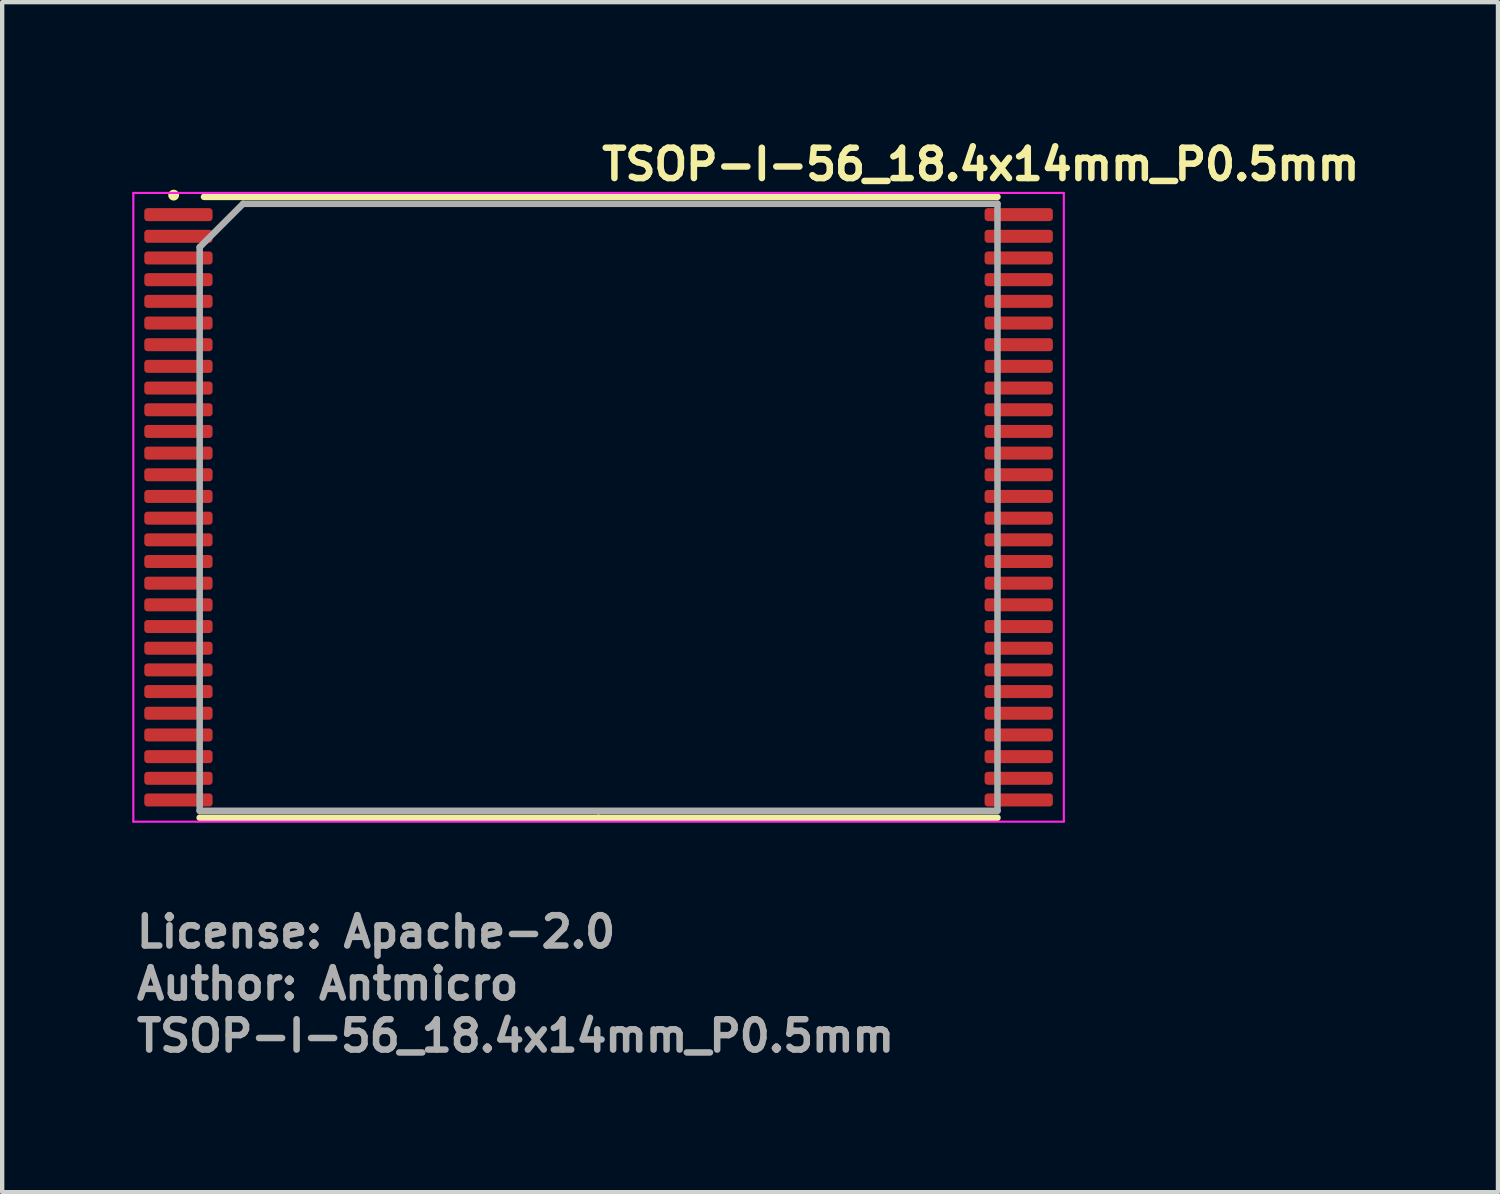
<source format=kicad_pcb>
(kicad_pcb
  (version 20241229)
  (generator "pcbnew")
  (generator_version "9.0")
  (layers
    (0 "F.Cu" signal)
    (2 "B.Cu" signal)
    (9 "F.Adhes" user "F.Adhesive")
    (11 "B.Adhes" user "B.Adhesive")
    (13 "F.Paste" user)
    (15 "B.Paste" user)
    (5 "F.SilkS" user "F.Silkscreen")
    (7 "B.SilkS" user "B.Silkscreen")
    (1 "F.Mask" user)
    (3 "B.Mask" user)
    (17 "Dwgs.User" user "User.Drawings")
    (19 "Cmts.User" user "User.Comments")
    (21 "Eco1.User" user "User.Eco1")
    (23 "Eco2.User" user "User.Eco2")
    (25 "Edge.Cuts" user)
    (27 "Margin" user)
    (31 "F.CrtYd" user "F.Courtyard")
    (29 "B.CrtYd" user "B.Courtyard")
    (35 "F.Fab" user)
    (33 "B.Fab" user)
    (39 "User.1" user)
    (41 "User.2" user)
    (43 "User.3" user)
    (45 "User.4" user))
  (footprint "TSOP-I-56_18.4x14mm_P0.5mm"
    (layer "F.Cu")
    (at 10.755 8.65)
    (property "Reference" "TSOP-I-56_18.4x14mm_P0.5mm" (at 0 -7.5 0) (layer "F.SilkS") (effects (font (size 0.7 0.7) (thickness 0.15)) (justify left bottom)))
    (attr smd)
    (fp_line (start 0 -7.16) (end -9.1 -7.16) (stroke (width 0.15) (type solid)) (layer "F.SilkS"))
    (fp_line (start 0 -7.16) (end 9.2 -7.16) (stroke (width 0.15) (type solid)) (layer "F.SilkS"))
    (fp_line (start 0 7.16) (end -9.2 7.16) (stroke (width 0.15) (type solid)) (layer "F.SilkS"))
    (fp_line (start 0 7.16) (end 9.2 7.16) (stroke (width 0.15) (type solid)) (layer "F.SilkS"))
    (fp_circle (center -9.8 -7.2) (end -9.75 -7.2) (stroke (width 0.15) (type solid)) (fill yes) (layer "F.SilkS"))
    (fp_line (start -10.73 -7.25) (end -10.73 7.25) (stroke (width 0.05) (type solid)) (layer "F.CrtYd"))
    (fp_line (start -10.73 7.25) (end 10.73 7.25) (stroke (width 0.05) (type solid)) (layer "F.CrtYd"))
    (fp_line (start 10.73 -7.25) (end -10.73 -7.25) (stroke (width 0.05) (type solid)) (layer "F.CrtYd"))
    (fp_line (start 10.73 7.25) (end 10.73 -7.25) (stroke (width 0.05) (type solid)) (layer "F.CrtYd"))
    (fp_line (start -9.2 -6) (end -8.2 -7) (stroke (width 0.15) (type solid)) (layer "F.Fab"))
    (fp_line (start -9.2 7) (end -9.2 -6) (stroke (width 0.15) (type solid)) (layer "F.Fab"))
    (fp_line (start -8.2 -7) (end 9.2 -7) (stroke (width 0.15) (type solid)) (layer "F.Fab"))
    (fp_line (start 9.2 -7) (end 9.2 7) (stroke (width 0.15) (type solid)) (layer "F.Fab"))
    (fp_line (start 9.2 7) (end -9.2 7) (stroke (width 0.15) (type solid)) (layer "F.Fab"))
    (fp_rect (start -10 -7) (end 10 7) (stroke (width 0.1) (type solid)) (fill no) (layer "User.5"))
    (fp_line (start -10 -6.86) (end -9.55 -6.86) (stroke (width 0.02) (type solid)) (layer "User.9"))
    (fp_line (start -10 -6.64) (end -10 -6.86) (stroke (width 0.02) (type solid)) (layer "User.9"))
    (fp_line (start -10 -6.64) (end -9.55 -6.64) (stroke (width 0.02) (type solid)) (layer "User.9"))
    (fp_line (start -10 -6.36) (end -9.55 -6.36) (stroke (width 0.02) (type solid)) (layer "User.9"))
    (fp_line (start -10 -6.14) (end -10 -6.36) (stroke (width 0.02) (type solid)) (layer "User.9"))
    (fp_line (start -10 -6.14) (end -9.55 -6.14) (stroke (width 0.02) (type solid)) (layer "User.9"))
    (fp_line (start -10 -5.86) (end -9.55 -5.86) (stroke (width 0.02) (type solid)) (layer "User.9"))
    (fp_line (start -10 -5.64) (end -10 -5.86) (stroke (width 0.02) (type solid)) (layer "User.9"))
    (fp_line (start -10 -5.64) (end -9.55 -5.64) (stroke (width 0.02) (type solid)) (layer "User.9"))
    (fp_line (start -10 -5.36) (end -9.55 -5.36) (stroke (width 0.02) (type solid)) (layer "User.9"))
    (fp_line (start -10 -5.14) (end -10 -5.36) (stroke (width 0.02) (type solid)) (layer "User.9"))
    (fp_line (start -10 -5.14) (end -9.55 -5.14) (stroke (width 0.02) (type solid)) (layer "User.9"))
    (fp_line (start -10 -4.86) (end -9.55 -4.86) (stroke (width 0.02) (type solid)) (layer "User.9"))
    (fp_line (start -10 -4.64) (end -10 -4.86) (stroke (width 0.02) (type solid)) (layer "User.9"))
    (fp_line (start -10 -4.64) (end -9.55 -4.64) (stroke (width 0.02) (type solid)) (layer "User.9"))
    (fp_line (start -10 -4.36) (end -9.55 -4.36) (stroke (width 0.02) (type solid)) (layer "User.9"))
    (fp_line (start -10 -4.14) (end -10 -4.36) (stroke (width 0.02) (type solid)) (layer "User.9"))
    (fp_line (start -10 -4.14) (end -9.55 -4.14) (stroke (width 0.02) (type solid)) (layer "User.9"))
    (fp_line (start -10 -3.86) (end -9.55 -3.86) (stroke (width 0.02) (type solid)) (layer "User.9"))
    (fp_line (start -10 -3.64) (end -10 -3.86) (stroke (width 0.02) (type solid)) (layer "User.9"))
    (fp_line (start -10 -3.64) (end -9.55 -3.64) (stroke (width 0.02) (type solid)) (layer "User.9"))
    (fp_line (start -10 -3.36) (end -9.55 -3.36) (stroke (width 0.02) (type solid)) (layer "User.9"))
    (fp_line (start -10 -3.14) (end -10 -3.36) (stroke (width 0.02) (type solid)) (layer "User.9"))
    (fp_line (start -10 -3.14) (end -9.55 -3.14) (stroke (width 0.02) (type solid)) (layer "User.9"))
    (fp_line (start -10 -2.86) (end -9.55 -2.86) (stroke (width 0.02) (type solid)) (layer "User.9"))
    (fp_line (start -10 -2.64) (end -10 -2.86) (stroke (width 0.02) (type solid)) (layer "User.9"))
    (fp_line (start -10 -2.64) (end -9.55 -2.64) (stroke (width 0.02) (type solid)) (layer "User.9"))
    (fp_line (start -10 -2.36) (end -9.55 -2.36) (stroke (width 0.02) (type solid)) (layer "User.9"))
    (fp_line (start -10 -2.14) (end -10 -2.36) (stroke (width 0.02) (type solid)) (layer "User.9"))
    (fp_line (start -10 -2.14) (end -9.55 -2.14) (stroke (width 0.02) (type solid)) (layer "User.9"))
    (fp_line (start -10 -1.86) (end -9.55 -1.86) (stroke (width 0.02) (type solid)) (layer "User.9"))
    (fp_line (start -10 -1.64) (end -10 -1.86) (stroke (width 0.02) (type solid)) (layer "User.9"))
    (fp_line (start -10 -1.64) (end -9.55 -1.64) (stroke (width 0.02) (type solid)) (layer "User.9"))
    (fp_line (start -10 -1.36) (end -9.55 -1.36) (stroke (width 0.02) (type solid)) (layer "User.9"))
    (fp_line (start -10 -1.14) (end -10 -1.36) (stroke (width 0.02) (type solid)) (layer "User.9"))
    (fp_line (start -10 -1.14) (end -9.55 -1.14) (stroke (width 0.02) (type solid)) (layer "User.9"))
    (fp_line (start -10 -0.86) (end -9.55 -0.86) (stroke (width 0.02) (type solid)) (layer "User.9"))
    (fp_line (start -10 -0.64) (end -10 -0.86) (stroke (width 0.02) (type solid)) (layer "User.9"))
    (fp_line (start -10 -0.64) (end -9.55 -0.64) (stroke (width 0.02) (type solid)) (layer "User.9"))
    (fp_line (start -10 -0.36) (end -9.55 -0.36) (stroke (width 0.02) (type solid)) (layer "User.9"))
    (fp_line (start -10 -0.14) (end -10 -0.36) (stroke (width 0.02) (type solid)) (layer "User.9"))
    (fp_line (start -10 -0.14) (end -9.55 -0.14) (stroke (width 0.02) (type solid)) (layer "User.9"))
    (fp_line (start -10 0.14) (end -9.55 0.14) (stroke (width 0.02) (type solid)) (layer "User.9"))
    (fp_line (start -10 0.36) (end -10 0.14) (stroke (width 0.02) (type solid)) (layer "User.9"))
    (fp_line (start -10 0.36) (end -9.55 0.36) (stroke (width 0.02) (type solid)) (layer "User.9"))
    (fp_line (start -10 0.64) (end -9.55 0.64) (stroke (width 0.02) (type solid)) (layer "User.9"))
    (fp_line (start -10 0.86) (end -10 0.64) (stroke (width 0.02) (type solid)) (layer "User.9"))
    (fp_line (start -10 0.86) (end -9.55 0.86) (stroke (width 0.02) (type solid)) (layer "User.9"))
    (fp_line (start -10 1.14) (end -9.55 1.14) (stroke (width 0.02) (type solid)) (layer "User.9"))
    (fp_line (start -10 1.36) (end -10 1.14) (stroke (width 0.02) (type solid)) (layer "User.9"))
    (fp_line (start -10 1.36) (end -9.55 1.36) (stroke (width 0.02) (type solid)) (layer "User.9"))
    (fp_line (start -10 1.64) (end -9.55 1.64) (stroke (width 0.02) (type solid)) (layer "User.9"))
    (fp_line (start -10 1.86) (end -10 1.64) (stroke (width 0.02) (type solid)) (layer "User.9"))
    (fp_line (start -10 1.86) (end -9.55 1.86) (stroke (width 0.02) (type solid)) (layer "User.9"))
    (fp_line (start -10 2.14) (end -9.55 2.14) (stroke (width 0.02) (type solid)) (layer "User.9"))
    (fp_line (start -10 2.36) (end -10 2.14) (stroke (width 0.02) (type solid)) (layer "User.9"))
    (fp_line (start -10 2.36) (end -9.55 2.36) (stroke (width 0.02) (type solid)) (layer "User.9"))
    (fp_line (start -10 2.64) (end -9.55 2.64) (stroke (width 0.02) (type solid)) (layer "User.9"))
    (fp_line (start -10 2.86) (end -10 2.64) (stroke (width 0.02) (type solid)) (layer "User.9"))
    (fp_line (start -10 2.86) (end -9.55 2.86) (stroke (width 0.02) (type solid)) (layer "User.9"))
    (fp_line (start -10 3.14) (end -9.55 3.14) (stroke (width 0.02) (type solid)) (layer "User.9"))
    (fp_line (start -10 3.36) (end -10 3.14) (stroke (width 0.02) (type solid)) (layer "User.9"))
    (fp_line (start -10 3.36) (end -9.55 3.36) (stroke (width 0.02) (type solid)) (layer "User.9"))
    (fp_line (start -10 3.64) (end -9.55 3.64) (stroke (width 0.02) (type solid)) (layer "User.9"))
    (fp_line (start -10 3.86) (end -10 3.64) (stroke (width 0.02) (type solid)) (layer "User.9"))
    (fp_line (start -10 3.86) (end -9.55 3.86) (stroke (width 0.02) (type solid)) (layer "User.9"))
    (fp_line (start -10 4.14) (end -9.55 4.14) (stroke (width 0.02) (type solid)) (layer "User.9"))
    (fp_line (start -10 4.36) (end -10 4.14) (stroke (width 0.02) (type solid)) (layer "User.9"))
    (fp_line (start -10 4.36) (end -9.55 4.36) (stroke (width 0.02) (type solid)) (layer "User.9"))
    (fp_line (start -10 4.64) (end -9.55 4.64) (stroke (width 0.02) (type solid)) (layer "User.9"))
    (fp_line (start -10 4.86) (end -10 4.64) (stroke (width 0.02) (type solid)) (layer "User.9"))
    (fp_line (start -10 4.86) (end -9.55 4.86) (stroke (width 0.02) (type solid)) (layer "User.9"))
    (fp_line (start -10 5.14) (end -9.55 5.14) (stroke (width 0.02) (type solid)) (layer "User.9"))
    (fp_line (start -10 5.36) (end -10 5.14) (stroke (width 0.02) (type solid)) (layer "User.9"))
    (fp_line (start -10 5.36) (end -9.55 5.36) (stroke (width 0.02) (type solid)) (layer "User.9"))
    (fp_line (start -10 5.64) (end -9.55 5.64) (stroke (width 0.02) (type solid)) (layer "User.9"))
    (fp_line (start -10 5.86) (end -10 5.64) (stroke (width 0.02) (type solid)) (layer "User.9"))
    (fp_line (start -10 5.86) (end -9.55 5.86) (stroke (width 0.02) (type solid)) (layer "User.9"))
    (fp_line (start -10 6.14) (end -9.55 6.14) (stroke (width 0.02) (type solid)) (layer "User.9"))
    (fp_line (start -10 6.36) (end -10 6.14) (stroke (width 0.02) (type solid)) (layer "User.9"))
    (fp_line (start -10 6.36) (end -9.55 6.36) (stroke (width 0.02) (type solid)) (layer "User.9"))
    (fp_line (start -10 6.64) (end -9.55 6.64) (stroke (width 0.02) (type solid)) (layer "User.9"))
    (fp_line (start -10 6.86) (end -10 6.64) (stroke (width 0.02) (type solid)) (layer "User.9"))
    (fp_line (start -10 6.86) (end -9.55 6.86) (stroke (width 0.02) (type solid)) (layer "User.9"))
    (fp_line (start -9.55 -6.86) (end -9.45 -6.86) (stroke (width 0.02) (type solid)) (layer "User.9"))
    (fp_line (start -9.55 -6.64) (end -9.45 -6.64) (stroke (width 0.02) (type solid)) (layer "User.9"))
    (fp_line (start -9.55 -6.36) (end -9.45 -6.36) (stroke (width 0.02) (type solid)) (layer "User.9"))
    (fp_line (start -9.55 -6.14) (end -9.45 -6.14) (stroke (width 0.02) (type solid)) (layer "User.9"))
    (fp_line (start -9.55 -5.86) (end -9.45 -5.86) (stroke (width 0.02) (type solid)) (layer "User.9"))
    (fp_line (start -9.55 -5.64) (end -9.45 -5.64) (stroke (width 0.02) (type solid)) (layer "User.9"))
    (fp_line (start -9.55 -5.36) (end -9.45 -5.36) (stroke (width 0.02) (type solid)) (layer "User.9"))
    (fp_line (start -9.55 -5.14) (end -9.45 -5.14) (stroke (width 0.02) (type solid)) (layer "User.9"))
    (fp_line (start -9.55 -4.86) (end -9.45 -4.86) (stroke (width 0.02) (type solid)) (layer "User.9"))
    (fp_line (start -9.55 -4.64) (end -9.45 -4.64) (stroke (width 0.02) (type solid)) (layer "User.9"))
    (fp_line (start -9.55 -4.36) (end -9.45 -4.36) (stroke (width 0.02) (type solid)) (layer "User.9"))
    (fp_line (start -9.55 -4.14) (end -9.45 -4.14) (stroke (width 0.02) (type solid)) (layer "User.9"))
    (fp_line (start -9.55 -3.86) (end -9.45 -3.86) (stroke (width 0.02) (type solid)) (layer "User.9"))
    (fp_line (start -9.55 -3.64) (end -9.45 -3.64) (stroke (width 0.02) (type solid)) (layer "User.9"))
    (fp_line (start -9.55 -3.36) (end -9.45 -3.36) (stroke (width 0.02) (type solid)) (layer "User.9"))
    (fp_line (start -9.55 -3.14) (end -9.45 -3.14) (stroke (width 0.02) (type solid)) (layer "User.9"))
    (fp_line (start -9.55 -2.86) (end -9.45 -2.86) (stroke (width 0.02) (type solid)) (layer "User.9"))
    (fp_line (start -9.55 -2.64) (end -9.45 -2.64) (stroke (width 0.02) (type solid)) (layer "User.9"))
    (fp_line (start -9.55 -2.36) (end -9.45 -2.36) (stroke (width 0.02) (type solid)) (layer "User.9"))
    (fp_line (start -9.55 -2.14) (end -9.45 -2.14) (stroke (width 0.02) (type solid)) (layer "User.9"))
    (fp_line (start -9.55 -1.86) (end -9.45 -1.86) (stroke (width 0.02) (type solid)) (layer "User.9"))
    (fp_line (start -9.55 -1.64) (end -9.45 -1.64) (stroke (width 0.02) (type solid)) (layer "User.9"))
    (fp_line (start -9.55 -1.36) (end -9.45 -1.36) (stroke (width 0.02) (type solid)) (layer "User.9"))
    (fp_line (start -9.55 -1.14) (end -9.45 -1.14) (stroke (width 0.02) (type solid)) (layer "User.9"))
    (fp_line (start -9.55 -0.86) (end -9.45 -0.86) (stroke (width 0.02) (type solid)) (layer "User.9"))
    (fp_line (start -9.55 -0.64) (end -9.45 -0.64) (stroke (width 0.02) (type solid)) (layer "User.9"))
    (fp_line (start -9.55 -0.36) (end -9.45 -0.36) (stroke (width 0.02) (type solid)) (layer "User.9"))
    (fp_line (start -9.55 -0.14) (end -9.45 -0.14) (stroke (width 0.02) (type solid)) (layer "User.9"))
    (fp_line (start -9.55 0.14) (end -9.45 0.14) (stroke (width 0.02) (type solid)) (layer "User.9"))
    (fp_line (start -9.55 0.36) (end -9.45 0.36) (stroke (width 0.02) (type solid)) (layer "User.9"))
    (fp_line (start -9.55 0.64) (end -9.45 0.64) (stroke (width 0.02) (type solid)) (layer "User.9"))
    (fp_line (start -9.55 0.86) (end -9.45 0.86) (stroke (width 0.02) (type solid)) (layer "User.9"))
    (fp_line (start -9.55 1.14) (end -9.45 1.14) (stroke (width 0.02) (type solid)) (layer "User.9"))
    (fp_line (start -9.55 1.36) (end -9.45 1.36) (stroke (width 0.02) (type solid)) (layer "User.9"))
    (fp_line (start -9.55 1.64) (end -9.45 1.64) (stroke (width 0.02) (type solid)) (layer "User.9"))
    (fp_line (start -9.55 1.86) (end -9.45 1.86) (stroke (width 0.02) (type solid)) (layer "User.9"))
    (fp_line (start -9.55 2.14) (end -9.45 2.14) (stroke (width 0.02) (type solid)) (layer "User.9"))
    (fp_line (start -9.55 2.36) (end -9.45 2.36) (stroke (width 0.02) (type solid)) (layer "User.9"))
    (fp_line (start -9.55 2.64) (end -9.45 2.64) (stroke (width 0.02) (type solid)) (layer "User.9"))
    (fp_line (start -9.55 2.86) (end -9.45 2.86) (stroke (width 0.02) (type solid)) (layer "User.9"))
    (fp_line (start -9.55 3.14) (end -9.45 3.14) (stroke (width 0.02) (type solid)) (layer "User.9"))
    (fp_line (start -9.55 3.36) (end -9.45 3.36) (stroke (width 0.02) (type solid)) (layer "User.9"))
    (fp_line (start -9.55 3.64) (end -9.45 3.64) (stroke (width 0.02) (type solid)) (layer "User.9"))
    (fp_line (start -9.55 3.86) (end -9.45 3.86) (stroke (width 0.02) (type solid)) (layer "User.9"))
    (fp_line (start -9.55 4.14) (end -9.45 4.14) (stroke (width 0.02) (type solid)) (layer "User.9"))
    (fp_line (start -9.55 4.36) (end -9.45 4.36) (stroke (width 0.02) (type solid)) (layer "User.9"))
    (fp_line (start -9.55 4.64) (end -9.45 4.64) (stroke (width 0.02) (type solid)) (layer "User.9"))
    (fp_line (start -9.55 4.86) (end -9.45 4.86) (stroke (width 0.02) (type solid)) (layer "User.9"))
    (fp_line (start -9.55 5.14) (end -9.45 5.14) (stroke (width 0.02) (type solid)) (layer "User.9"))
    (fp_line (start -9.55 5.36) (end -9.45 5.36) (stroke (width 0.02) (type solid)) (layer "User.9"))
    (fp_line (start -9.55 5.64) (end -9.45 5.64) (stroke (width 0.02) (type solid)) (layer "User.9"))
    (fp_line (start -9.55 5.86) (end -9.45 5.86) (stroke (width 0.02) (type solid)) (layer "User.9"))
    (fp_line (start -9.55 6.14) (end -9.45 6.14) (stroke (width 0.02) (type solid)) (layer "User.9"))
    (fp_line (start -9.55 6.36) (end -9.45 6.36) (stroke (width 0.02) (type solid)) (layer "User.9"))
    (fp_line (start -9.55 6.64) (end -9.45 6.64) (stroke (width 0.02) (type solid)) (layer "User.9"))
    (fp_line (start -9.55 6.86) (end -9.45 6.86) (stroke (width 0.02) (type solid)) (layer "User.9"))
    (fp_line (start -9.45 -6.86) (end -9.25 -6.86) (stroke (width 0.02) (type solid)) (layer "User.9"))
    (fp_line (start -9.45 -6.64) (end -9.45 -6.86) (stroke (width 0.02) (type solid)) (layer "User.9"))
    (fp_line (start -9.45 -6.64) (end -9.25 -6.64) (stroke (width 0.02) (type solid)) (layer "User.9"))
    (fp_line (start -9.45 -6.36) (end -9.25 -6.36) (stroke (width 0.02) (type solid)) (layer "User.9"))
    (fp_line (start -9.45 -6.14) (end -9.45 -6.36) (stroke (width 0.02) (type solid)) (layer "User.9"))
    (fp_line (start -9.45 -6.14) (end -9.25 -6.14) (stroke (width 0.02) (type solid)) (layer "User.9"))
    (fp_line (start -9.45 -5.86) (end -9.25 -5.86) (stroke (width 0.02) (type solid)) (layer "User.9"))
    (fp_line (start -9.45 -5.64) (end -9.45 -5.86) (stroke (width 0.02) (type solid)) (layer "User.9"))
    (fp_line (start -9.45 -5.64) (end -9.25 -5.64) (stroke (width 0.02) (type solid)) (layer "User.9"))
    (fp_line (start -9.45 -5.36) (end -9.25 -5.36) (stroke (width 0.02) (type solid)) (layer "User.9"))
    (fp_line (start -9.45 -5.14) (end -9.45 -5.36) (stroke (width 0.02) (type solid)) (layer "User.9"))
    (fp_line (start -9.45 -5.14) (end -9.25 -5.14) (stroke (width 0.02) (type solid)) (layer "User.9"))
    (fp_line (start -9.45 -4.86) (end -9.25 -4.86) (stroke (width 0.02) (type solid)) (layer "User.9"))
    (fp_line (start -9.45 -4.64) (end -9.45 -4.86) (stroke (width 0.02) (type solid)) (layer "User.9"))
    (fp_line (start -9.45 -4.64) (end -9.25 -4.64) (stroke (width 0.02) (type solid)) (layer "User.9"))
    (fp_line (start -9.45 -4.36) (end -9.25 -4.36) (stroke (width 0.02) (type solid)) (layer "User.9"))
    (fp_line (start -9.45 -4.14) (end -9.45 -4.36) (stroke (width 0.02) (type solid)) (layer "User.9"))
    (fp_line (start -9.45 -4.14) (end -9.25 -4.14) (stroke (width 0.02) (type solid)) (layer "User.9"))
    (fp_line (start -9.45 -3.86) (end -9.25 -3.86) (stroke (width 0.02) (type solid)) (layer "User.9"))
    (fp_line (start -9.45 -3.64) (end -9.45 -3.86) (stroke (width 0.02) (type solid)) (layer "User.9"))
    (fp_line (start -9.45 -3.64) (end -9.25 -3.64) (stroke (width 0.02) (type solid)) (layer "User.9"))
    (fp_line (start -9.45 -3.36) (end -9.25 -3.36) (stroke (width 0.02) (type solid)) (layer "User.9"))
    (fp_line (start -9.45 -3.14) (end -9.45 -3.36) (stroke (width 0.02) (type solid)) (layer "User.9"))
    (fp_line (start -9.45 -3.14) (end -9.25 -3.14) (stroke (width 0.02) (type solid)) (layer "User.9"))
    (fp_line (start -9.45 -2.86) (end -9.25 -2.86) (stroke (width 0.02) (type solid)) (layer "User.9"))
    (fp_line (start -9.45 -2.64) (end -9.45 -2.86) (stroke (width 0.02) (type solid)) (layer "User.9"))
    (fp_line (start -9.45 -2.64) (end -9.25 -2.64) (stroke (width 0.02) (type solid)) (layer "User.9"))
    (fp_line (start -9.45 -2.36) (end -9.25 -2.36) (stroke (width 0.02) (type solid)) (layer "User.9"))
    (fp_line (start -9.45 -2.14) (end -9.45 -2.36) (stroke (width 0.02) (type solid)) (layer "User.9"))
    (fp_line (start -9.45 -2.14) (end -9.25 -2.14) (stroke (width 0.02) (type solid)) (layer "User.9"))
    (fp_line (start -9.45 -1.86) (end -9.25 -1.86) (stroke (width 0.02) (type solid)) (layer "User.9"))
    (fp_line (start -9.45 -1.64) (end -9.45 -1.86) (stroke (width 0.02) (type solid)) (layer "User.9"))
    (fp_line (start -9.45 -1.64) (end -9.25 -1.64) (stroke (width 0.02) (type solid)) (layer "User.9"))
    (fp_line (start -9.45 -1.36) (end -9.25 -1.36) (stroke (width 0.02) (type solid)) (layer "User.9"))
    (fp_line (start -9.45 -1.14) (end -9.45 -1.36) (stroke (width 0.02) (type solid)) (layer "User.9"))
    (fp_line (start -9.45 -1.14) (end -9.25 -1.14) (stroke (width 0.02) (type solid)) (layer "User.9"))
    (fp_line (start -9.45 -0.86) (end -9.25 -0.86) (stroke (width 0.02) (type solid)) (layer "User.9"))
    (fp_line (start -9.45 -0.64) (end -9.45 -0.86) (stroke (width 0.02) (type solid)) (layer "User.9"))
    (fp_line (start -9.45 -0.64) (end -9.25 -0.64) (stroke (width 0.02) (type solid)) (layer "User.9"))
    (fp_line (start -9.45 -0.36) (end -9.25 -0.36) (stroke (width 0.02) (type solid)) (layer "User.9"))
    (fp_line (start -9.45 -0.14) (end -9.45 -0.36) (stroke (width 0.02) (type solid)) (layer "User.9"))
    (fp_line (start -9.45 -0.14) (end -9.25 -0.14) (stroke (width 0.02) (type solid)) (layer "User.9"))
    (fp_line (start -9.45 0.14) (end -9.25 0.14) (stroke (width 0.02) (type solid)) (layer "User.9"))
    (fp_line (start -9.45 0.36) (end -9.45 0.14) (stroke (width 0.02) (type solid)) (layer "User.9"))
    (fp_line (start -9.45 0.36) (end -9.25 0.36) (stroke (width 0.02) (type solid)) (layer "User.9"))
    (fp_line (start -9.45 0.64) (end -9.25 0.64) (stroke (width 0.02) (type solid)) (layer "User.9"))
    (fp_line (start -9.45 0.86) (end -9.45 0.64) (stroke (width 0.02) (type solid)) (layer "User.9"))
    (fp_line (start -9.45 0.86) (end -9.25 0.86) (stroke (width 0.02) (type solid)) (layer "User.9"))
    (fp_line (start -9.45 1.14) (end -9.25 1.14) (stroke (width 0.02) (type solid)) (layer "User.9"))
    (fp_line (start -9.45 1.36) (end -9.45 1.14) (stroke (width 0.02) (type solid)) (layer "User.9"))
    (fp_line (start -9.45 1.36) (end -9.25 1.36) (stroke (width 0.02) (type solid)) (layer "User.9"))
    (fp_line (start -9.45 1.64) (end -9.25 1.64) (stroke (width 0.02) (type solid)) (layer "User.9"))
    (fp_line (start -9.45 1.86) (end -9.45 1.64) (stroke (width 0.02) (type solid)) (layer "User.9"))
    (fp_line (start -9.45 1.86) (end -9.25 1.86) (stroke (width 0.02) (type solid)) (layer "User.9"))
    (fp_line (start -9.45 2.14) (end -9.25 2.14) (stroke (width 0.02) (type solid)) (layer "User.9"))
    (fp_line (start -9.45 2.36) (end -9.45 2.14) (stroke (width 0.02) (type solid)) (layer "User.9"))
    (fp_line (start -9.45 2.36) (end -9.25 2.36) (stroke (width 0.02) (type solid)) (layer "User.9"))
    (fp_line (start -9.45 2.64) (end -9.25 2.64) (stroke (width 0.02) (type solid)) (layer "User.9"))
    (fp_line (start -9.45 2.86) (end -9.45 2.64) (stroke (width 0.02) (type solid)) (layer "User.9"))
    (fp_line (start -9.45 2.86) (end -9.25 2.86) (stroke (width 0.02) (type solid)) (layer "User.9"))
    (fp_line (start -9.45 3.14) (end -9.25 3.14) (stroke (width 0.02) (type solid)) (layer "User.9"))
    (fp_line (start -9.45 3.36) (end -9.45 3.14) (stroke (width 0.02) (type solid)) (layer "User.9"))
    (fp_line (start -9.45 3.36) (end -9.25 3.36) (stroke (width 0.02) (type solid)) (layer "User.9"))
    (fp_line (start -9.45 3.64) (end -9.25 3.64) (stroke (width 0.02) (type solid)) (layer "User.9"))
    (fp_line (start -9.45 3.86) (end -9.45 3.64) (stroke (width 0.02) (type solid)) (layer "User.9"))
    (fp_line (start -9.45 3.86) (end -9.25 3.86) (stroke (width 0.02) (type solid)) (layer "User.9"))
    (fp_line (start -9.45 4.14) (end -9.25 4.14) (stroke (width 0.02) (type solid)) (layer "User.9"))
    (fp_line (start -9.45 4.36) (end -9.45 4.14) (stroke (width 0.02) (type solid)) (layer "User.9"))
    (fp_line (start -9.45 4.36) (end -9.25 4.36) (stroke (width 0.02) (type solid)) (layer "User.9"))
    (fp_line (start -9.45 4.64) (end -9.25 4.64) (stroke (width 0.02) (type solid)) (layer "User.9"))
    (fp_line (start -9.45 4.86) (end -9.45 4.64) (stroke (width 0.02) (type solid)) (layer "User.9"))
    (fp_line (start -9.45 4.86) (end -9.25 4.86) (stroke (width 0.02) (type solid)) (layer "User.9"))
    (fp_line (start -9.45 5.14) (end -9.25 5.14) (stroke (width 0.02) (type solid)) (layer "User.9"))
    (fp_line (start -9.45 5.36) (end -9.45 5.14) (stroke (width 0.02) (type solid)) (layer "User.9"))
    (fp_line (start -9.45 5.36) (end -9.25 5.36) (stroke (width 0.02) (type solid)) (layer "User.9"))
    (fp_line (start -9.45 5.64) (end -9.25 5.64) (stroke (width 0.02) (type solid)) (layer "User.9"))
    (fp_line (start -9.45 5.86) (end -9.45 5.64) (stroke (width 0.02) (type solid)) (layer "User.9"))
    (fp_line (start -9.45 5.86) (end -9.25 5.86) (stroke (width 0.02) (type solid)) (layer "User.9"))
    (fp_line (start -9.45 6.14) (end -9.25 6.14) (stroke (width 0.02) (type solid)) (layer "User.9"))
    (fp_line (start -9.45 6.36) (end -9.45 6.14) (stroke (width 0.02) (type solid)) (layer "User.9"))
    (fp_line (start -9.45 6.36) (end -9.25 6.36) (stroke (width 0.02) (type solid)) (layer "User.9"))
    (fp_line (start -9.45 6.64) (end -9.25 6.64) (stroke (width 0.02) (type solid)) (layer "User.9"))
    (fp_line (start -9.45 6.86) (end -9.45 6.64) (stroke (width 0.02) (type solid)) (layer "User.9"))
    (fp_line (start -9.45 6.86) (end -9.25 6.86) (stroke (width 0.02) (type solid)) (layer "User.9"))
    (fp_line (start -9.25 -6.86) (end -9.2 -6.86) (stroke (width 0.02) (type solid)) (layer "User.9"))
    (fp_line (start -9.25 -6.64) (end -9.2 -6.64) (stroke (width 0.02) (type solid)) (layer "User.9"))
    (fp_line (start -9.25 -6.36) (end -9.2 -6.36) (stroke (width 0.02) (type solid)) (layer "User.9"))
    (fp_line (start -9.25 -6.14) (end -9.2 -6.14) (stroke (width 0.02) (type solid)) (layer "User.9"))
    (fp_line (start -9.25 -5.86) (end -9.2 -5.86) (stroke (width 0.02) (type solid)) (layer "User.9"))
    (fp_line (start -9.25 -5.64) (end -9.2 -5.64) (stroke (width 0.02) (type solid)) (layer "User.9"))
    (fp_line (start -9.25 -5.36) (end -9.2 -5.36) (stroke (width 0.02) (type solid)) (layer "User.9"))
    (fp_line (start -9.25 -5.14) (end -9.2 -5.14) (stroke (width 0.02) (type solid)) (layer "User.9"))
    (fp_line (start -9.25 -4.86) (end -9.2 -4.86) (stroke (width 0.02) (type solid)) (layer "User.9"))
    (fp_line (start -9.25 -4.64) (end -9.2 -4.64) (stroke (width 0.02) (type solid)) (layer "User.9"))
    (fp_line (start -9.25 -4.36) (end -9.2 -4.36) (stroke (width 0.02) (type solid)) (layer "User.9"))
    (fp_line (start -9.25 -4.14) (end -9.2 -4.14) (stroke (width 0.02) (type solid)) (layer "User.9"))
    (fp_line (start -9.25 -3.86) (end -9.2 -3.86) (stroke (width 0.02) (type solid)) (layer "User.9"))
    (fp_line (start -9.25 -3.64) (end -9.2 -3.64) (stroke (width 0.02) (type solid)) (layer "User.9"))
    (fp_line (start -9.25 -3.36) (end -9.2 -3.36) (stroke (width 0.02) (type solid)) (layer "User.9"))
    (fp_line (start -9.25 -3.14) (end -9.2 -3.14) (stroke (width 0.02) (type solid)) (layer "User.9"))
    (fp_line (start -9.25 -2.86) (end -9.2 -2.86) (stroke (width 0.02) (type solid)) (layer "User.9"))
    (fp_line (start -9.25 -2.64) (end -9.2 -2.64) (stroke (width 0.02) (type solid)) (layer "User.9"))
    (fp_line (start -9.25 -2.36) (end -9.2 -2.36) (stroke (width 0.02) (type solid)) (layer "User.9"))
    (fp_line (start -9.25 -2.14) (end -9.2 -2.14) (stroke (width 0.02) (type solid)) (layer "User.9"))
    (fp_line (start -9.25 -1.86) (end -9.2 -1.86) (stroke (width 0.02) (type solid)) (layer "User.9"))
    (fp_line (start -9.25 -1.64) (end -9.2 -1.64) (stroke (width 0.02) (type solid)) (layer "User.9"))
    (fp_line (start -9.25 -1.36) (end -9.2 -1.36) (stroke (width 0.02) (type solid)) (layer "User.9"))
    (fp_line (start -9.25 -1.14) (end -9.2 -1.14) (stroke (width 0.02) (type solid)) (layer "User.9"))
    (fp_line (start -9.25 -0.86) (end -9.2 -0.86) (stroke (width 0.02) (type solid)) (layer "User.9"))
    (fp_line (start -9.25 -0.64) (end -9.2 -0.64) (stroke (width 0.02) (type solid)) (layer "User.9"))
    (fp_line (start -9.25 -0.36) (end -9.2 -0.36) (stroke (width 0.02) (type solid)) (layer "User.9"))
    (fp_line (start -9.25 -0.14) (end -9.2 -0.14) (stroke (width 0.02) (type solid)) (layer "User.9"))
    (fp_line (start -9.25 0.14) (end -9.2 0.14) (stroke (width 0.02) (type solid)) (layer "User.9"))
    (fp_line (start -9.25 0.36) (end -9.2 0.36) (stroke (width 0.02) (type solid)) (layer "User.9"))
    (fp_line (start -9.25 0.64) (end -9.2 0.64) (stroke (width 0.02) (type solid)) (layer "User.9"))
    (fp_line (start -9.25 0.86) (end -9.2 0.86) (stroke (width 0.02) (type solid)) (layer "User.9"))
    (fp_line (start -9.25 1.14) (end -9.2 1.14) (stroke (width 0.02) (type solid)) (layer "User.9"))
    (fp_line (start -9.25 1.36) (end -9.2 1.36) (stroke (width 0.02) (type solid)) (layer "User.9"))
    (fp_line (start -9.25 1.64) (end -9.2 1.64) (stroke (width 0.02) (type solid)) (layer "User.9"))
    (fp_line (start -9.25 1.86) (end -9.2 1.86) (stroke (width 0.02) (type solid)) (layer "User.9"))
    (fp_line (start -9.25 2.14) (end -9.2 2.14) (stroke (width 0.02) (type solid)) (layer "User.9"))
    (fp_line (start -9.25 2.36) (end -9.2 2.36) (stroke (width 0.02) (type solid)) (layer "User.9"))
    (fp_line (start -9.25 2.64) (end -9.2 2.64) (stroke (width 0.02) (type solid)) (layer "User.9"))
    (fp_line (start -9.25 2.86) (end -9.2 2.86) (stroke (width 0.02) (type solid)) (layer "User.9"))
    (fp_line (start -9.25 3.14) (end -9.2 3.14) (stroke (width 0.02) (type solid)) (layer "User.9"))
    (fp_line (start -9.25 3.36) (end -9.2 3.36) (stroke (width 0.02) (type solid)) (layer "User.9"))
    (fp_line (start -9.25 3.64) (end -9.2 3.64) (stroke (width 0.02) (type solid)) (layer "User.9"))
    (fp_line (start -9.25 3.86) (end -9.2 3.86) (stroke (width 0.02) (type solid)) (layer "User.9"))
    (fp_line (start -9.25 4.14) (end -9.2 4.14) (stroke (width 0.02) (type solid)) (layer "User.9"))
    (fp_line (start -9.25 4.36) (end -9.2 4.36) (stroke (width 0.02) (type solid)) (layer "User.9"))
    (fp_line (start -9.25 4.64) (end -9.2 4.64) (stroke (width 0.02) (type solid)) (layer "User.9"))
    (fp_line (start -9.25 4.86) (end -9.2 4.86) (stroke (width 0.02) (type solid)) (layer "User.9"))
    (fp_line (start -9.25 5.14) (end -9.2 5.14) (stroke (width 0.02) (type solid)) (layer "User.9"))
    (fp_line (start -9.25 5.36) (end -9.2 5.36) (stroke (width 0.02) (type solid)) (layer "User.9"))
    (fp_line (start -9.25 5.64) (end -9.2 5.64) (stroke (width 0.02) (type solid)) (layer "User.9"))
    (fp_line (start -9.25 5.86) (end -9.2 5.86) (stroke (width 0.02) (type solid)) (layer "User.9"))
    (fp_line (start -9.25 6.14) (end -9.2 6.14) (stroke (width 0.02) (type solid)) (layer "User.9"))
    (fp_line (start -9.25 6.36) (end -9.2 6.36) (stroke (width 0.02) (type solid)) (layer "User.9"))
    (fp_line (start -9.25 6.64) (end -9.2 6.64) (stroke (width 0.02) (type solid)) (layer "User.9"))
    (fp_line (start -9.25 6.86) (end -9.2 6.86) (stroke (width 0.02) (type solid)) (layer "User.9"))
    (fp_line (start -9.2 -6.91) (end -9.15 -6.885) (stroke (width 0.02) (type solid)) (layer "User.9"))
    (fp_line (start -9.2 -6.91) (end -9.11 -7) (stroke (width 0.02) (type solid)) (layer "User.9"))
    (fp_line (start -9.2 -6.86) (end -9.2 -6.91) (stroke (width 0.02) (type solid)) (layer "User.9"))
    (fp_line (start -9.2 -6.36) (end -9.2 -6.64) (stroke (width 0.02) (type solid)) (layer "User.9"))
    (fp_line (start -9.2 -5.86) (end -9.2 -6.14) (stroke (width 0.02) (type solid)) (layer "User.9"))
    (fp_line (start -9.2 -5.36) (end -9.2 -5.64) (stroke (width 0.02) (type solid)) (layer "User.9"))
    (fp_line (start -9.2 -4.86) (end -9.2 -5.14) (stroke (width 0.02) (type solid)) (layer "User.9"))
    (fp_line (start -9.2 -4.36) (end -9.2 -4.64) (stroke (width 0.02) (type solid)) (layer "User.9"))
    (fp_line (start -9.2 -3.86) (end -9.2 -4.14) (stroke (width 0.02) (type solid)) (layer "User.9"))
    (fp_line (start -9.2 -3.36) (end -9.2 -3.64) (stroke (width 0.02) (type solid)) (layer "User.9"))
    (fp_line (start -9.2 -2.86) (end -9.2 -3.14) (stroke (width 0.02) (type solid)) (layer "User.9"))
    (fp_line (start -9.2 -2.36) (end -9.2 -2.64) (stroke (width 0.02) (type solid)) (layer "User.9"))
    (fp_line (start -9.2 -1.86) (end -9.2 -2.14) (stroke (width 0.02) (type solid)) (layer "User.9"))
    (fp_line (start -9.2 -1.36) (end -9.2 -1.64) (stroke (width 0.02) (type solid)) (layer "User.9"))
    (fp_line (start -9.2 -0.86) (end -9.2 -1.14) (stroke (width 0.02) (type solid)) (layer "User.9"))
    (fp_line (start -9.2 -0.36) (end -9.2 -0.64) (stroke (width 0.02) (type solid)) (layer "User.9"))
    (fp_line (start -9.2 0.14) (end -9.2 -0.14) (stroke (width 0.02) (type solid)) (layer "User.9"))
    (fp_line (start -9.2 0.64) (end -9.2 0.36) (stroke (width 0.02) (type solid)) (layer "User.9"))
    (fp_line (start -9.2 1.14) (end -9.2 0.86) (stroke (width 0.02) (type solid)) (layer "User.9"))
    (fp_line (start -9.2 1.64) (end -9.2 1.36) (stroke (width 0.02) (type solid)) (layer "User.9"))
    (fp_line (start -9.2 2.14) (end -9.2 1.86) (stroke (width 0.02) (type solid)) (layer "User.9"))
    (fp_line (start -9.2 2.64) (end -9.2 2.36) (stroke (width 0.02) (type solid)) (layer "User.9"))
    (fp_line (start -9.2 3.14) (end -9.2 2.86) (stroke (width 0.02) (type solid)) (layer "User.9"))
    (fp_line (start -9.2 3.64) (end -9.2 3.36) (stroke (width 0.02) (type solid)) (layer "User.9"))
    (fp_line (start -9.2 4.14) (end -9.2 3.86) (stroke (width 0.02) (type solid)) (layer "User.9"))
    (fp_line (start -9.2 4.64) (end -9.2 4.36) (stroke (width 0.02) (type solid)) (layer "User.9"))
    (fp_line (start -9.2 5.14) (end -9.2 4.86) (stroke (width 0.02) (type solid)) (layer "User.9"))
    (fp_line (start -9.2 5.64) (end -9.2 5.36) (stroke (width 0.02) (type solid)) (layer "User.9"))
    (fp_line (start -9.2 6.14) (end -9.2 5.86) (stroke (width 0.02) (type solid)) (layer "User.9"))
    (fp_line (start -9.2 6.64) (end -9.2 6.36) (stroke (width 0.02) (type solid)) (layer "User.9"))
    (fp_line (start -9.2 6.91) (end -9.2 6.86) (stroke (width 0.02) (type solid)) (layer "User.9"))
    (fp_line (start -9.2 6.91) (end -9.15 6.885) (stroke (width 0.02) (type solid)) (layer "User.9"))
    (fp_line (start -9.15 -6.885) (end -9.085 -6.95) (stroke (width 0.02) (type solid)) (layer "User.9"))
    (fp_line (start -9.15 -6.885) (end -9.079 -6.849) (stroke (width 0.02) (type solid)) (layer "User.9"))
    (fp_line (start -9.15 -6.86) (end -9.15 -6.885) (stroke (width 0.02) (type solid)) (layer "User.9"))
    (fp_line (start -9.15 -6.64) (end -9.15 -6.86) (stroke (width 0.02) (type solid)) (layer "User.9"))
    (fp_line (start -9.15 -6.36) (end -9.15 -6.64) (stroke (width 0.02) (type solid)) (layer "User.9"))
    (fp_line (start -9.15 -6.14) (end -9.15 -6.36) (stroke (width 0.02) (type solid)) (layer "User.9"))
    (fp_line (start -9.15 -5.86) (end -9.15 -6.14) (stroke (width 0.02) (type solid)) (layer "User.9"))
    (fp_line (start -9.15 -5.64) (end -9.15 -5.86) (stroke (width 0.02) (type solid)) (layer "User.9"))
    (fp_line (start -9.15 -5.36) (end -9.15 -5.64) (stroke (width 0.02) (type solid)) (layer "User.9"))
    (fp_line (start -9.15 -5.14) (end -9.15 -5.36) (stroke (width 0.02) (type solid)) (layer "User.9"))
    (fp_line (start -9.15 -4.86) (end -9.15 -5.14) (stroke (width 0.02) (type solid)) (layer "User.9"))
    (fp_line (start -9.15 -4.64) (end -9.15 -4.86) (stroke (width 0.02) (type solid)) (layer "User.9"))
    (fp_line (start -9.15 -4.36) (end -9.15 -4.64) (stroke (width 0.02) (type solid)) (layer "User.9"))
    (fp_line (start -9.15 -4.14) (end -9.15 -4.36) (stroke (width 0.02) (type solid)) (layer "User.9"))
    (fp_line (start -9.15 -3.86) (end -9.15 -4.14) (stroke (width 0.02) (type solid)) (layer "User.9"))
    (fp_line (start -9.15 -3.64) (end -9.15 -3.86) (stroke (width 0.02) (type solid)) (layer "User.9"))
    (fp_line (start -9.15 -3.36) (end -9.15 -3.64) (stroke (width 0.02) (type solid)) (layer "User.9"))
    (fp_line (start -9.15 -3.14) (end -9.15 -3.36) (stroke (width 0.02) (type solid)) (layer "User.9"))
    (fp_line (start -9.15 -2.86) (end -9.15 -3.14) (stroke (width 0.02) (type solid)) (layer "User.9"))
    (fp_line (start -9.15 -2.64) (end -9.15 -2.86) (stroke (width 0.02) (type solid)) (layer "User.9"))
    (fp_line (start -9.15 -2.36) (end -9.15 -2.64) (stroke (width 0.02) (type solid)) (layer "User.9"))
    (fp_line (start -9.15 -2.14) (end -9.15 -2.36) (stroke (width 0.02) (type solid)) (layer "User.9"))
    (fp_line (start -9.15 -1.86) (end -9.15 -2.14) (stroke (width 0.02) (type solid)) (layer "User.9"))
    (fp_line (start -9.15 -1.64) (end -9.15 -1.86) (stroke (width 0.02) (type solid)) (layer "User.9"))
    (fp_line (start -9.15 -1.36) (end -9.15 -1.64) (stroke (width 0.02) (type solid)) (layer "User.9"))
    (fp_line (start -9.15 -1.14) (end -9.15 -1.36) (stroke (width 0.02) (type solid)) (layer "User.9"))
    (fp_line (start -9.15 -0.86) (end -9.15 -1.14) (stroke (width 0.02) (type solid)) (layer "User.9"))
    (fp_line (start -9.15 -0.64) (end -9.15 -0.86) (stroke (width 0.02) (type solid)) (layer "User.9"))
    (fp_line (start -9.15 -0.36) (end -9.15 -0.64) (stroke (width 0.02) (type solid)) (layer "User.9"))
    (fp_line (start -9.15 -0.14) (end -9.15 -0.36) (stroke (width 0.02) (type solid)) (layer "User.9"))
    (fp_line (start -9.15 0.14) (end -9.15 -0.14) (stroke (width 0.02) (type solid)) (layer "User.9"))
    (fp_line (start -9.15 0.36) (end -9.15 0.14) (stroke (width 0.02) (type solid)) (layer "User.9"))
    (fp_line (start -9.15 0.64) (end -9.15 0.36) (stroke (width 0.02) (type solid)) (layer "User.9"))
    (fp_line (start -9.15 0.86) (end -9.15 0.64) (stroke (width 0.02) (type solid)) (layer "User.9"))
    (fp_line (start -9.15 1.14) (end -9.15 0.86) (stroke (width 0.02) (type solid)) (layer "User.9"))
    (fp_line (start -9.15 1.36) (end -9.15 1.14) (stroke (width 0.02) (type solid)) (layer "User.9"))
    (fp_line (start -9.15 1.64) (end -9.15 1.36) (stroke (width 0.02) (type solid)) (layer "User.9"))
    (fp_line (start -9.15 1.86) (end -9.15 1.64) (stroke (width 0.02) (type solid)) (layer "User.9"))
    (fp_line (start -9.15 2.14) (end -9.15 1.86) (stroke (width 0.02) (type solid)) (layer "User.9"))
    (fp_line (start -9.15 2.36) (end -9.15 2.14) (stroke (width 0.02) (type solid)) (layer "User.9"))
    (fp_line (start -9.15 2.64) (end -9.15 2.36) (stroke (width 0.02) (type solid)) (layer "User.9"))
    (fp_line (start -9.15 2.86) (end -9.15 2.64) (stroke (width 0.02) (type solid)) (layer "User.9"))
    (fp_line (start -9.15 3.14) (end -9.15 2.86) (stroke (width 0.02) (type solid)) (layer "User.9"))
    (fp_line (start -9.15 3.36) (end -9.15 3.14) (stroke (width 0.02) (type solid)) (layer "User.9"))
    (fp_line (start -9.15 3.64) (end -9.15 3.36) (stroke (width 0.02) (type solid)) (layer "User.9"))
    (fp_line (start -9.15 3.86) (end -9.15 3.64) (stroke (width 0.02) (type solid)) (layer "User.9"))
    (fp_line (start -9.15 4.14) (end -9.15 3.86) (stroke (width 0.02) (type solid)) (layer "User.9"))
    (fp_line (start -9.15 4.36) (end -9.15 4.14) (stroke (width 0.02) (type solid)) (layer "User.9"))
    (fp_line (start -9.15 4.64) (end -9.15 4.36) (stroke (width 0.02) (type solid)) (layer "User.9"))
    (fp_line (start -9.15 4.86) (end -9.15 4.64) (stroke (width 0.02) (type solid)) (layer "User.9"))
    (fp_line (start -9.15 5.14) (end -9.15 4.86) (stroke (width 0.02) (type solid)) (layer "User.9"))
    (fp_line (start -9.15 5.36) (end -9.15 5.14) (stroke (width 0.02) (type solid)) (layer "User.9"))
    (fp_line (start -9.15 5.64) (end -9.15 5.36) (stroke (width 0.02) (type solid)) (layer "User.9"))
    (fp_line (start -9.15 5.86) (end -9.15 5.64) (stroke (width 0.02) (type solid)) (layer "User.9"))
    (fp_line (start -9.15 6.14) (end -9.15 5.86) (stroke (width 0.02) (type solid)) (layer "User.9"))
    (fp_line (start -9.15 6.36) (end -9.15 6.14) (stroke (width 0.02) (type solid)) (layer "User.9"))
    (fp_line (start -9.15 6.64) (end -9.15 6.36) (stroke (width 0.02) (type solid)) (layer "User.9"))
    (fp_line (start -9.15 6.86) (end -9.15 6.64) (stroke (width 0.02) (type solid)) (layer "User.9"))
    (fp_line (start -9.15 6.885) (end -9.15 6.86) (stroke (width 0.02) (type solid)) (layer "User.9"))
    (fp_line (start -9.15 6.885) (end -9.079 6.849) (stroke (width 0.02) (type solid)) (layer "User.9"))
    (fp_line (start -9.11 -7) (end -9.085 -6.95) (stroke (width 0.02) (type solid)) (layer "User.9"))
    (fp_line (start -9.11 -7) (end 9.11 -7) (stroke (width 0.02) (type solid)) (layer "User.9"))
    (fp_line (start -9.11 7) (end -9.2 6.91) (stroke (width 0.02) (type solid)) (layer "User.9"))
    (fp_line (start -9.11 7) (end -9.085 6.95) (stroke (width 0.02) (type solid)) (layer "User.9"))
    (fp_line (start -9.085 -6.95) (end -9.049 -6.879) (stroke (width 0.02) (type solid)) (layer "User.9"))
    (fp_line (start -9.085 -6.95) (end 9.085 -6.95) (stroke (width 0.02) (type solid)) (layer "User.9"))
    (fp_line (start -9.085 6.95) (end -9.15 6.885) (stroke (width 0.02) (type solid)) (layer "User.9"))
    (fp_line (start -9.085 6.95) (end -9.049 6.879) (stroke (width 0.02) (type solid)) (layer "User.9"))
    (fp_line (start -9.079 -6.849) (end -9.049 -6.879) (stroke (width 0.02) (type solid)) (layer "User.9"))
    (fp_line (start -9.079 6.849) (end -9.079 -6.849) (stroke (width 0.02) (type solid)) (layer "User.9"))
    (fp_line (start -9.049 -6.879) (end 9.049 -6.879) (stroke (width 0.02) (type solid)) (layer "User.9"))
    (fp_line (start -9.049 6.879) (end -9.079 6.849) (stroke (width 0.02) (type solid)) (layer "User.9"))
    (fp_line (start -8.379 -5.979) (end -8.379 -5.979) (stroke (width 0.02) (type solid)) (layer "User.9"))
    (fp_line (start -8.379 -5.979) (end -8.378 -5.968) (stroke (width 0.02) (type solid)) (layer "User.9"))
    (fp_line (start -8.378 -5.999) (end -8.378 -5.989) (stroke (width 0.02) (type solid)) (layer "User.9"))
    (fp_line (start -8.378 -5.989) (end -8.379 -5.979) (stroke (width 0.02) (type solid)) (layer "User.9"))
    (fp_line (start -8.378 -5.968) (end -8.378 -5.958) (stroke (width 0.02) (type solid)) (layer "User.9"))
    (fp_line (start -8.378 -5.958) (end -8.376 -5.948) (stroke (width 0.02) (type solid)) (layer "User.9"))
    (fp_line (start -8.376 -6.009) (end -8.378 -5.999) (stroke (width 0.02) (type solid)) (layer "User.9"))
    (fp_line (start -8.376 -5.948) (end -8.375 -5.938) (stroke (width 0.02) (type solid)) (layer "User.9"))
    (fp_line (start -8.375 -6.019) (end -8.376 -6.009) (stroke (width 0.02) (type solid)) (layer "User.9"))
    (fp_line (start -8.375 -5.938) (end -8.372 -5.929) (stroke (width 0.02) (type solid)) (layer "User.9"))
    (fp_line (start -8.372 -6.029) (end -8.375 -6.019) (stroke (width 0.02) (type solid)) (layer "User.9"))
    (fp_line (start -8.372 -5.929) (end -8.37 -5.919) (stroke (width 0.02) (type solid)) (layer "User.9"))
    (fp_line (start -8.37 -6.038) (end -8.372 -6.029) (stroke (width 0.02) (type solid)) (layer "User.9"))
    (fp_line (start -8.37 -5.919) (end -8.367 -5.91) (stroke (width 0.02) (type solid)) (layer "User.9"))
    (fp_line (start -8.367 -6.047) (end -8.37 -6.038) (stroke (width 0.02) (type solid)) (layer "User.9"))
    (fp_line (start -8.367 -5.91) (end -8.363 -5.901) (stroke (width 0.02) (type solid)) (layer "User.9"))
    (fp_line (start -8.363 -6.057) (end -8.367 -6.047) (stroke (width 0.02) (type solid)) (layer "User.9"))
    (fp_line (start -8.363 -5.901) (end -8.359 -5.892) (stroke (width 0.02) (type solid)) (layer "User.9"))
    (fp_line (start -8.359 -6.065) (end -8.363 -6.057) (stroke (width 0.02) (type solid)) (layer "User.9"))
    (fp_line (start -8.359 -5.892) (end -8.355 -5.883) (stroke (width 0.02) (type solid)) (layer "User.9"))
    (fp_line (start -8.355 -6.074) (end -8.359 -6.065) (stroke (width 0.02) (type solid)) (layer "User.9"))
    (fp_line (start -8.355 -5.883) (end -8.35 -5.875) (stroke (width 0.02) (type solid)) (layer "User.9"))
    (fp_line (start -8.35 -6.082) (end -8.355 -6.074) (stroke (width 0.02) (type solid)) (layer "User.9"))
    (fp_line (start -8.35 -5.875) (end -8.345 -5.867) (stroke (width 0.02) (type solid)) (layer "User.9"))
    (fp_line (start -8.345 -6.091) (end -8.35 -6.082) (stroke (width 0.02) (type solid)) (layer "User.9"))
    (fp_line (start -8.345 -5.867) (end -8.339 -5.859) (stroke (width 0.02) (type solid)) (layer "User.9"))
    (fp_line (start -8.339 -6.098) (end -8.345 -6.091) (stroke (width 0.02) (type solid)) (layer "User.9"))
    (fp_line (start -8.339 -5.859) (end -8.333 -5.852) (stroke (width 0.02) (type solid)) (layer "User.9"))
    (fp_line (start -8.333 -6.106) (end -8.339 -6.098) (stroke (width 0.02) (type solid)) (layer "User.9"))
    (fp_line (start -8.333 -5.852) (end -8.327 -5.844) (stroke (width 0.02) (type solid)) (layer "User.9"))
    (fp_line (start -8.327 -6.113) (end -8.333 -6.106) (stroke (width 0.02) (type solid)) (layer "User.9"))
    (fp_line (start -8.327 -5.844) (end -8.32 -5.837) (stroke (width 0.02) (type solid)) (layer "User.9"))
    (fp_line (start -8.32 -6.12) (end -8.327 -6.113) (stroke (width 0.02) (type solid)) (layer "User.9"))
    (fp_line (start -8.32 -5.837) (end -8.313 -5.831) (stroke (width 0.02) (type solid)) (layer "User.9"))
    (fp_line (start -8.313 -6.127) (end -8.32 -6.12) (stroke (width 0.02) (type solid)) (layer "User.9"))
    (fp_line (start -8.313 -5.831) (end -8.306 -5.824) (stroke (width 0.02) (type solid)) (layer "User.9"))
    (fp_line (start -8.306 -6.133) (end -8.313 -6.127) (stroke (width 0.02) (type solid)) (layer "User.9"))
    (fp_line (start -8.306 -5.824) (end -8.298 -5.818) (stroke (width 0.02) (type solid)) (layer "User.9"))
    (fp_line (start -8.298 -6.139) (end -8.306 -6.133) (stroke (width 0.02) (type solid)) (layer "User.9"))
    (fp_line (start -8.298 -5.818) (end -8.291 -5.813) (stroke (width 0.02) (type solid)) (layer "User.9"))
    (fp_line (start -8.291 -6.145) (end -8.298 -6.139) (stroke (width 0.02) (type solid)) (layer "User.9"))
    (fp_line (start -8.291 -5.813) (end -8.282 -5.808) (stroke (width 0.02) (type solid)) (layer "User.9"))
    (fp_line (start -8.282 -6.15) (end -8.291 -6.145) (stroke (width 0.02) (type solid)) (layer "User.9"))
    (fp_line (start -8.282 -5.808) (end -8.274 -5.803) (stroke (width 0.02) (type solid)) (layer "User.9"))
    (fp_line (start -8.274 -6.155) (end -8.282 -6.15) (stroke (width 0.02) (type solid)) (layer "User.9"))
    (fp_line (start -8.274 -5.803) (end -8.265 -5.798) (stroke (width 0.02) (type solid)) (layer "User.9"))
    (fp_line (start -8.265 -6.159) (end -8.274 -6.155) (stroke (width 0.02) (type solid)) (layer "User.9"))
    (fp_line (start -8.265 -5.798) (end -8.257 -5.794) (stroke (width 0.02) (type solid)) (layer "User.9"))
    (fp_line (start -8.257 -6.163) (end -8.265 -6.159) (stroke (width 0.02) (type solid)) (layer "User.9"))
    (fp_line (start -8.257 -5.794) (end -8.247 -5.791) (stroke (width 0.02) (type solid)) (layer "User.9"))
    (fp_line (start -8.247 -6.167) (end -8.257 -6.163) (stroke (width 0.02) (type solid)) (layer "User.9"))
    (fp_line (start -8.247 -5.791) (end -8.238 -5.788) (stroke (width 0.02) (type solid)) (layer "User.9"))
    (fp_line (start -8.238 -6.17) (end -8.247 -6.167) (stroke (width 0.02) (type solid)) (layer "User.9"))
    (fp_line (start -8.238 -5.788) (end -8.229 -5.785) (stroke (width 0.02) (type solid)) (layer "User.9"))
    (fp_line (start -8.229 -6.172) (end -8.238 -6.17) (stroke (width 0.02) (type solid)) (layer "User.9"))
    (fp_line (start -8.229 -5.785) (end -8.219 -5.783) (stroke (width 0.02) (type solid)) (layer "User.9"))
    (fp_line (start -8.219 -6.175) (end -8.229 -6.172) (stroke (width 0.02) (type solid)) (layer "User.9"))
    (fp_line (start -8.219 -5.783) (end -8.209 -5.781) (stroke (width 0.02) (type solid)) (layer "User.9"))
    (fp_line (start -8.209 -6.176) (end -8.219 -6.175) (stroke (width 0.02) (type solid)) (layer "User.9"))
    (fp_line (start -8.209 -5.781) (end -8.199 -5.78) (stroke (width 0.02) (type solid)) (layer "User.9"))
    (fp_line (start -8.199 -6.178) (end -8.209 -6.176) (stroke (width 0.02) (type solid)) (layer "User.9"))
    (fp_line (start -8.199 -5.78) (end -8.189 -5.779) (stroke (width 0.02) (type solid)) (layer "User.9"))
    (fp_line (start -8.189 -6.178) (end -8.199 -6.178) (stroke (width 0.02) (type solid)) (layer "User.9"))
    (fp_line (start -8.189 -5.779) (end -8.179 -5.779) (stroke (width 0.02) (type solid)) (layer "User.9"))
    (fp_line (start -8.179 -6.179) (end -8.189 -6.178) (stroke (width 0.02) (type solid)) (layer "User.9"))
    (fp_line (start -8.179 -6.179) (end -8.179 -6.179) (stroke (width 0.02) (type solid)) (layer "User.9"))
    (fp_line (start -8.179 -5.779) (end -8.179 -5.779) (stroke (width 0.02) (type solid)) (layer "User.9"))
    (fp_line (start -8.179 -5.779) (end -8.168 -5.779) (stroke (width 0.02) (type solid)) (layer "User.9"))
    (fp_line (start -8.168 -6.178) (end -8.179 -6.179) (stroke (width 0.02) (type solid)) (layer "User.9"))
    (fp_line (start -8.168 -5.779) (end -8.158 -5.78) (stroke (width 0.02) (type solid)) (layer "User.9"))
    (fp_line (start -8.158 -6.178) (end -8.168 -6.178) (stroke (width 0.02) (type solid)) (layer "User.9"))
    (fp_line (start -8.158 -5.78) (end -8.148 -5.781) (stroke (width 0.02) (type solid)) (layer "User.9"))
    (fp_line (start -8.148 -6.176) (end -8.158 -6.178) (stroke (width 0.02) (type solid)) (layer "User.9"))
    (fp_line (start -8.148 -5.781) (end -8.138 -5.783) (stroke (width 0.02) (type solid)) (layer "User.9"))
    (fp_line (start -8.138 -6.175) (end -8.148 -6.176) (stroke (width 0.02) (type solid)) (layer "User.9"))
    (fp_line (start -8.138 -5.783) (end -8.129 -5.785) (stroke (width 0.02) (type solid)) (layer "User.9"))
    (fp_line (start -8.129 -6.172) (end -8.138 -6.175) (stroke (width 0.02) (type solid)) (layer "User.9"))
    (fp_line (start -8.129 -5.785) (end -8.119 -5.788) (stroke (width 0.02) (type solid)) (layer "User.9"))
    (fp_line (start -8.119 -6.17) (end -8.129 -6.172) (stroke (width 0.02) (type solid)) (layer "User.9"))
    (fp_line (start -8.119 -5.788) (end -8.11 -5.791) (stroke (width 0.02) (type solid)) (layer "User.9"))
    (fp_line (start -8.11 -6.167) (end -8.119 -6.17) (stroke (width 0.02) (type solid)) (layer "User.9"))
    (fp_line (start -8.11 -5.791) (end -8.101 -5.794) (stroke (width 0.02) (type solid)) (layer "User.9"))
    (fp_line (start -8.101 -6.163) (end -8.11 -6.167) (stroke (width 0.02) (type solid)) (layer "User.9"))
    (fp_line (start -8.101 -5.794) (end -8.092 -5.798) (stroke (width 0.02) (type solid)) (layer "User.9"))
    (fp_line (start -8.092 -6.159) (end -8.101 -6.163) (stroke (width 0.02) (type solid)) (layer "User.9"))
    (fp_line (start -8.092 -5.798) (end -8.083 -5.803) (stroke (width 0.02) (type solid)) (layer "User.9"))
    (fp_line (start -8.083 -6.155) (end -8.092 -6.159) (stroke (width 0.02) (type solid)) (layer "User.9"))
    (fp_line (start -8.083 -5.803) (end -8.075 -5.808) (stroke (width 0.02) (type solid)) (layer "User.9"))
    (fp_line (start -8.075 -6.15) (end -8.083 -6.155) (stroke (width 0.02) (type solid)) (layer "User.9"))
    (fp_line (start -8.075 -5.808) (end -8.067 -5.813) (stroke (width 0.02) (type solid)) (layer "User.9"))
    (fp_line (start -8.067 -6.145) (end -8.075 -6.15) (stroke (width 0.02) (type solid)) (layer "User.9"))
    (fp_line (start -8.067 -5.813) (end -8.059 -5.818) (stroke (width 0.02) (type solid)) (layer "User.9"))
    (fp_line (start -8.059 -6.139) (end -8.067 -6.145) (stroke (width 0.02) (type solid)) (layer "User.9"))
    (fp_line (start -8.059 -5.818) (end -8.052 -5.824) (stroke (width 0.02) (type solid)) (layer "User.9"))
    (fp_line (start -8.052 -6.133) (end -8.059 -6.139) (stroke (width 0.02) (type solid)) (layer "User.9"))
    (fp_line (start -8.052 -5.824) (end -8.044 -5.831) (stroke (width 0.02) (type solid)) (layer "User.9"))
    (fp_line (start -8.044 -6.127) (end -8.052 -6.133) (stroke (width 0.02) (type solid)) (layer "User.9"))
    (fp_line (start -8.044 -5.831) (end -8.037 -5.837) (stroke (width 0.02) (type solid)) (layer "User.9"))
    (fp_line (start -8.037 -6.12) (end -8.044 -6.127) (stroke (width 0.02) (type solid)) (layer "User.9"))
    (fp_line (start -8.037 -5.837) (end -8.031 -5.844) (stroke (width 0.02) (type solid)) (layer "User.9"))
    (fp_line (start -8.031 -6.113) (end -8.037 -6.12) (stroke (width 0.02) (type solid)) (layer "User.9"))
    (fp_line (start -8.031 -5.844) (end -8.024 -5.852) (stroke (width 0.02) (type solid)) (layer "User.9"))
    (fp_line (start -8.024 -6.106) (end -8.031 -6.113) (stroke (width 0.02) (type solid)) (layer "User.9"))
    (fp_line (start -8.024 -5.852) (end -8.018 -5.859) (stroke (width 0.02) (type solid)) (layer "User.9"))
    (fp_line (start -8.018 -6.098) (end -8.024 -6.106) (stroke (width 0.02) (type solid)) (layer "User.9"))
    (fp_line (start -8.018 -5.859) (end -8.013 -5.867) (stroke (width 0.02) (type solid)) (layer "User.9"))
    (fp_line (start -8.013 -6.091) (end -8.018 -6.098) (stroke (width 0.02) (type solid)) (layer "User.9"))
    (fp_line (start -8.013 -5.867) (end -8.008 -5.875) (stroke (width 0.02) (type solid)) (layer "User.9"))
    (fp_line (start -8.008 -6.082) (end -8.013 -6.091) (stroke (width 0.02) (type solid)) (layer "User.9"))
    (fp_line (start -8.008 -5.875) (end -8.003 -5.883) (stroke (width 0.02) (type solid)) (layer "User.9"))
    (fp_line (start -8.003 -6.074) (end -8.008 -6.082) (stroke (width 0.02) (type solid)) (layer "User.9"))
    (fp_line (start -8.003 -5.883) (end -7.998 -5.892) (stroke (width 0.02) (type solid)) (layer "User.9"))
    (fp_line (start -7.998 -6.065) (end -8.003 -6.074) (stroke (width 0.02) (type solid)) (layer "User.9"))
    (fp_line (start -7.998 -5.892) (end -7.994 -5.901) (stroke (width 0.02) (type solid)) (layer "User.9"))
    (fp_line (start -7.994 -6.057) (end -7.998 -6.065) (stroke (width 0.02) (type solid)) (layer "User.9"))
    (fp_line (start -7.994 -5.901) (end -7.991 -5.91) (stroke (width 0.02) (type solid)) (layer "User.9"))
    (fp_line (start -7.991 -6.047) (end -7.994 -6.057) (stroke (width 0.02) (type solid)) (layer "User.9"))
    (fp_line (start -7.991 -5.91) (end -7.988 -5.919) (stroke (width 0.02) (type solid)) (layer "User.9"))
    (fp_line (start -7.988 -6.038) (end -7.991 -6.047) (stroke (width 0.02) (type solid)) (layer "User.9"))
    (fp_line (start -7.988 -5.919) (end -7.985 -5.929) (stroke (width 0.02) (type solid)) (layer "User.9"))
    (fp_line (start -7.985 -6.029) (end -7.988 -6.038) (stroke (width 0.02) (type solid)) (layer "User.9"))
    (fp_line (start -7.985 -5.929) (end -7.983 -5.938) (stroke (width 0.02) (type solid)) (layer "User.9"))
    (fp_line (start -7.983 -6.019) (end -7.985 -6.029) (stroke (width 0.02) (type solid)) (layer "User.9"))
    (fp_line (start -7.983 -5.938) (end -7.981 -5.948) (stroke (width 0.02) (type solid)) (layer "User.9"))
    (fp_line (start -7.981 -6.009) (end -7.983 -6.019) (stroke (width 0.02) (type solid)) (layer "User.9"))
    (fp_line (start -7.981 -5.948) (end -7.98 -5.958) (stroke (width 0.02) (type solid)) (layer "User.9"))
    (fp_line (start -7.98 -5.999) (end -7.981 -6.009) (stroke (width 0.02) (type solid)) (layer "User.9"))
    (fp_line (start -7.98 -5.958) (end -7.979 -5.968) (stroke (width 0.02) (type solid)) (layer "User.9"))
    (fp_line (start -7.979 -5.989) (end -7.98 -5.999) (stroke (width 0.02) (type solid)) (layer "User.9"))
    (fp_line (start -7.979 -5.979) (end -7.979 -5.989) (stroke (width 0.02) (type solid)) (layer "User.9"))
    (fp_line (start -7.979 -5.979) (end -7.979 -5.979) (stroke (width 0.02) (type solid)) (layer "User.9"))
    (fp_line (start -7.979 -5.979) (end -7.979 -5.979) (stroke (width 0.02) (type solid)) (layer "User.9"))
    (fp_line (start -7.979 -5.968) (end -7.979 -5.979) (stroke (width 0.02) (type solid)) (layer "User.9"))
    (fp_line (start 9.049 -6.879) (end 9.079 -6.849) (stroke (width 0.02) (type solid)) (layer "User.9"))
    (fp_line (start 9.049 6.879) (end -9.049 6.879) (stroke (width 0.02) (type solid)) (layer "User.9"))
    (fp_line (start 9.079 -6.849) (end 9.079 6.849) (stroke (width 0.02) (type solid)) (layer "User.9"))
    (fp_line (start 9.079 6.849) (end 9.049 6.879) (stroke (width 0.02) (type solid)) (layer "User.9"))
    (fp_line (start 9.085 -6.95) (end 9.049 -6.879) (stroke (width 0.02) (type solid)) (layer "User.9"))
    (fp_line (start 9.085 -6.95) (end 9.15 -6.885) (stroke (width 0.02) (type solid)) (layer "User.9"))
    (fp_line (start 9.085 6.95) (end -9.085 6.95) (stroke (width 0.02) (type solid)) (layer "User.9"))
    (fp_line (start 9.085 6.95) (end 9.049 6.879) (stroke (width 0.02) (type solid)) (layer "User.9"))
    (fp_line (start 9.11 -7) (end 9.085 -6.95) (stroke (width 0.02) (type solid)) (layer "User.9"))
    (fp_line (start 9.11 -7) (end 9.2 -6.91) (stroke (width 0.02) (type solid)) (layer "User.9"))
    (fp_line (start 9.11 7) (end -9.11 7) (stroke (width 0.02) (type solid)) (layer "User.9"))
    (fp_line (start 9.11 7) (end 9.085 6.95) (stroke (width 0.02) (type solid)) (layer "User.9"))
    (fp_line (start 9.15 -6.885) (end 9.079 -6.849) (stroke (width 0.02) (type solid)) (layer "User.9"))
    (fp_line (start 9.15 -6.885) (end 9.15 -6.86) (stroke (width 0.02) (type solid)) (layer "User.9"))
    (fp_line (start 9.15 -6.86) (end 9.15 -6.64) (stroke (width 0.02) (type solid)) (layer "User.9"))
    (fp_line (start 9.15 -6.64) (end 9.15 -6.36) (stroke (width 0.02) (type solid)) (layer "User.9"))
    (fp_line (start 9.15 -6.36) (end 9.15 -6.14) (stroke (width 0.02) (type solid)) (layer "User.9"))
    (fp_line (start 9.15 -6.14) (end 9.15 -5.86) (stroke (width 0.02) (type solid)) (layer "User.9"))
    (fp_line (start 9.15 -5.86) (end 9.15 -5.64) (stroke (width 0.02) (type solid)) (layer "User.9"))
    (fp_line (start 9.15 -5.64) (end 9.15 -5.36) (stroke (width 0.02) (type solid)) (layer "User.9"))
    (fp_line (start 9.15 -5.36) (end 9.15 -5.14) (stroke (width 0.02) (type solid)) (layer "User.9"))
    (fp_line (start 9.15 -5.14) (end 9.15 -4.86) (stroke (width 0.02) (type solid)) (layer "User.9"))
    (fp_line (start 9.15 -4.86) (end 9.15 -4.64) (stroke (width 0.02) (type solid)) (layer "User.9"))
    (fp_line (start 9.15 -4.64) (end 9.15 -4.36) (stroke (width 0.02) (type solid)) (layer "User.9"))
    (fp_line (start 9.15 -4.36) (end 9.15 -4.14) (stroke (width 0.02) (type solid)) (layer "User.9"))
    (fp_line (start 9.15 -4.14) (end 9.15 -3.86) (stroke (width 0.02) (type solid)) (layer "User.9"))
    (fp_line (start 9.15 -3.86) (end 9.15 -3.64) (stroke (width 0.02) (type solid)) (layer "User.9"))
    (fp_line (start 9.15 -3.64) (end 9.15 -3.36) (stroke (width 0.02) (type solid)) (layer "User.9"))
    (fp_line (start 9.15 -3.36) (end 9.15 -3.14) (stroke (width 0.02) (type solid)) (layer "User.9"))
    (fp_line (start 9.15 -3.14) (end 9.15 -2.86) (stroke (width 0.02) (type solid)) (layer "User.9"))
    (fp_line (start 9.15 -2.86) (end 9.15 -2.64) (stroke (width 0.02) (type solid)) (layer "User.9"))
    (fp_line (start 9.15 -2.64) (end 9.15 -2.36) (stroke (width 0.02) (type solid)) (layer "User.9"))
    (fp_line (start 9.15 -2.36) (end 9.15 -2.14) (stroke (width 0.02) (type solid)) (layer "User.9"))
    (fp_line (start 9.15 -2.14) (end 9.15 -1.86) (stroke (width 0.02) (type solid)) (layer "User.9"))
    (fp_line (start 9.15 -1.86) (end 9.15 -1.64) (stroke (width 0.02) (type solid)) (layer "User.9"))
    (fp_line (start 9.15 -1.64) (end 9.15 -1.36) (stroke (width 0.02) (type solid)) (layer "User.9"))
    (fp_line (start 9.15 -1.36) (end 9.15 -1.14) (stroke (width 0.02) (type solid)) (layer "User.9"))
    (fp_line (start 9.15 -1.14) (end 9.15 -0.86) (stroke (width 0.02) (type solid)) (layer "User.9"))
    (fp_line (start 9.15 -0.86) (end 9.15 -0.64) (stroke (width 0.02) (type solid)) (layer "User.9"))
    (fp_line (start 9.15 -0.64) (end 9.15 -0.36) (stroke (width 0.02) (type solid)) (layer "User.9"))
    (fp_line (start 9.15 -0.36) (end 9.15 -0.14) (stroke (width 0.02) (type solid)) (layer "User.9"))
    (fp_line (start 9.15 -0.14) (end 9.15 0.14) (stroke (width 0.02) (type solid)) (layer "User.9"))
    (fp_line (start 9.15 0.14) (end 9.15 0.36) (stroke (width 0.02) (type solid)) (layer "User.9"))
    (fp_line (start 9.15 0.36) (end 9.15 0.64) (stroke (width 0.02) (type solid)) (layer "User.9"))
    (fp_line (start 9.15 0.64) (end 9.15 0.86) (stroke (width 0.02) (type solid)) (layer "User.9"))
    (fp_line (start 9.15 0.86) (end 9.15 1.14) (stroke (width 0.02) (type solid)) (layer "User.9"))
    (fp_line (start 9.15 1.14) (end 9.15 1.36) (stroke (width 0.02) (type solid)) (layer "User.9"))
    (fp_line (start 9.15 1.36) (end 9.15 1.64) (stroke (width 0.02) (type solid)) (layer "User.9"))
    (fp_line (start 9.15 1.64) (end 9.15 1.86) (stroke (width 0.02) (type solid)) (layer "User.9"))
    (fp_line (start 9.15 1.86) (end 9.15 2.14) (stroke (width 0.02) (type solid)) (layer "User.9"))
    (fp_line (start 9.15 2.14) (end 9.15 2.36) (stroke (width 0.02) (type solid)) (layer "User.9"))
    (fp_line (start 9.15 2.36) (end 9.15 2.64) (stroke (width 0.02) (type solid)) (layer "User.9"))
    (fp_line (start 9.15 2.64) (end 9.15 2.86) (stroke (width 0.02) (type solid)) (layer "User.9"))
    (fp_line (start 9.15 2.86) (end 9.15 3.14) (stroke (width 0.02) (type solid)) (layer "User.9"))
    (fp_line (start 9.15 3.14) (end 9.15 3.36) (stroke (width 0.02) (type solid)) (layer "User.9"))
    (fp_line (start 9.15 3.36) (end 9.15 3.64) (stroke (width 0.02) (type solid)) (layer "User.9"))
    (fp_line (start 9.15 3.64) (end 9.15 3.86) (stroke (width 0.02) (type solid)) (layer "User.9"))
    (fp_line (start 9.15 3.86) (end 9.15 4.14) (stroke (width 0.02) (type solid)) (layer "User.9"))
    (fp_line (start 9.15 4.14) (end 9.15 4.36) (stroke (width 0.02) (type solid)) (layer "User.9"))
    (fp_line (start 9.15 4.36) (end 9.15 4.64) (stroke (width 0.02) (type solid)) (layer "User.9"))
    (fp_line (start 9.15 4.64) (end 9.15 4.86) (stroke (width 0.02) (type solid)) (layer "User.9"))
    (fp_line (start 9.15 4.86) (end 9.15 5.14) (stroke (width 0.02) (type solid)) (layer "User.9"))
    (fp_line (start 9.15 5.14) (end 9.15 5.36) (stroke (width 0.02) (type solid)) (layer "User.9"))
    (fp_line (start 9.15 5.36) (end 9.15 5.64) (stroke (width 0.02) (type solid)) (layer "User.9"))
    (fp_line (start 9.15 5.64) (end 9.15 5.86) (stroke (width 0.02) (type solid)) (layer "User.9"))
    (fp_line (start 9.15 5.86) (end 9.15 6.14) (stroke (width 0.02) (type solid)) (layer "User.9"))
    (fp_line (start 9.15 6.14) (end 9.15 6.36) (stroke (width 0.02) (type solid)) (layer "User.9"))
    (fp_line (start 9.15 6.36) (end 9.15 6.64) (stroke (width 0.02) (type solid)) (layer "User.9"))
    (fp_line (start 9.15 6.64) (end 9.15 6.86) (stroke (width 0.02) (type solid)) (layer "User.9"))
    (fp_line (start 9.15 6.86) (end 9.15 6.885) (stroke (width 0.02) (type solid)) (layer "User.9"))
    (fp_line (start 9.15 6.885) (end 9.079 6.849) (stroke (width 0.02) (type solid)) (layer "User.9"))
    (fp_line (start 9.15 6.885) (end 9.085 6.95) (stroke (width 0.02) (type solid)) (layer "User.9"))
    (fp_line (start 9.2 -6.91) (end 9.15 -6.885) (stroke (width 0.02) (type solid)) (layer "User.9"))
    (fp_line (start 9.2 -6.91) (end 9.2 -6.86) (stroke (width 0.02) (type solid)) (layer "User.9"))
    (fp_line (start 9.2 -6.64) (end 9.2 -6.36) (stroke (width 0.02) (type solid)) (layer "User.9"))
    (fp_line (start 9.2 -6.14) (end 9.2 -5.86) (stroke (width 0.02) (type solid)) (layer "User.9"))
    (fp_line (start 9.2 -5.64) (end 9.2 -5.36) (stroke (width 0.02) (type solid)) (layer "User.9"))
    (fp_line (start 9.2 -5.14) (end 9.2 -4.86) (stroke (width 0.02) (type solid)) (layer "User.9"))
    (fp_line (start 9.2 -4.64) (end 9.2 -4.36) (stroke (width 0.02) (type solid)) (layer "User.9"))
    (fp_line (start 9.2 -4.14) (end 9.2 -3.86) (stroke (width 0.02) (type solid)) (layer "User.9"))
    (fp_line (start 9.2 -3.64) (end 9.2 -3.36) (stroke (width 0.02) (type solid)) (layer "User.9"))
    (fp_line (start 9.2 -3.14) (end 9.2 -2.86) (stroke (width 0.02) (type solid)) (layer "User.9"))
    (fp_line (start 9.2 -2.64) (end 9.2 -2.36) (stroke (width 0.02) (type solid)) (layer "User.9"))
    (fp_line (start 9.2 -2.14) (end 9.2 -1.86) (stroke (width 0.02) (type solid)) (layer "User.9"))
    (fp_line (start 9.2 -1.64) (end 9.2 -1.36) (stroke (width 0.02) (type solid)) (layer "User.9"))
    (fp_line (start 9.2 -1.14) (end 9.2 -0.86) (stroke (width 0.02) (type solid)) (layer "User.9"))
    (fp_line (start 9.2 -0.64) (end 9.2 -0.36) (stroke (width 0.02) (type solid)) (layer "User.9"))
    (fp_line (start 9.2 -0.14) (end 9.2 0.14) (stroke (width 0.02) (type solid)) (layer "User.9"))
    (fp_line (start 9.2 0.36) (end 9.2 0.64) (stroke (width 0.02) (type solid)) (layer "User.9"))
    (fp_line (start 9.2 0.86) (end 9.2 1.14) (stroke (width 0.02) (type solid)) (layer "User.9"))
    (fp_line (start 9.2 1.36) (end 9.2 1.64) (stroke (width 0.02) (type solid)) (layer "User.9"))
    (fp_line (start 9.2 1.86) (end 9.2 2.14) (stroke (width 0.02) (type solid)) (layer "User.9"))
    (fp_line (start 9.2 2.36) (end 9.2 2.64) (stroke (width 0.02) (type solid)) (layer "User.9"))
    (fp_line (start 9.2 2.86) (end 9.2 3.14) (stroke (width 0.02) (type solid)) (layer "User.9"))
    (fp_line (start 9.2 3.36) (end 9.2 3.64) (stroke (width 0.02) (type solid)) (layer "User.9"))
    (fp_line (start 9.2 3.86) (end 9.2 4.14) (stroke (width 0.02) (type solid)) (layer "User.9"))
    (fp_line (start 9.2 4.36) (end 9.2 4.64) (stroke (width 0.02) (type solid)) (layer "User.9"))
    (fp_line (start 9.2 4.86) (end 9.2 5.14) (stroke (width 0.02) (type solid)) (layer "User.9"))
    (fp_line (start 9.2 5.36) (end 9.2 5.64) (stroke (width 0.02) (type solid)) (layer "User.9"))
    (fp_line (start 9.2 5.86) (end 9.2 6.14) (stroke (width 0.02) (type solid)) (layer "User.9"))
    (fp_line (start 9.2 6.36) (end 9.2 6.64) (stroke (width 0.02) (type solid)) (layer "User.9"))
    (fp_line (start 9.2 6.86) (end 9.2 6.91) (stroke (width 0.02) (type solid)) (layer "User.9"))
    (fp_line (start 9.2 6.91) (end 9.11 7) (stroke (width 0.02) (type solid)) (layer "User.9"))
    (fp_line (start 9.2 6.91) (end 9.15 6.885) (stroke (width 0.02) (type solid)) (layer "User.9"))
    (fp_line (start 9.25 -6.86) (end 9.2 -6.86) (stroke (width 0.02) (type solid)) (layer "User.9"))
    (fp_line (start 9.25 -6.64) (end 9.2 -6.64) (stroke (width 0.02) (type solid)) (layer "User.9"))
    (fp_line (start 9.25 -6.36) (end 9.2 -6.36) (stroke (width 0.02) (type solid)) (layer "User.9"))
    (fp_line (start 9.25 -6.14) (end 9.2 -6.14) (stroke (width 0.02) (type solid)) (layer "User.9"))
    (fp_line (start 9.25 -5.86) (end 9.2 -5.86) (stroke (width 0.02) (type solid)) (layer "User.9"))
    (fp_line (start 9.25 -5.64) (end 9.2 -5.64) (stroke (width 0.02) (type solid)) (layer "User.9"))
    (fp_line (start 9.25 -5.36) (end 9.2 -5.36) (stroke (width 0.02) (type solid)) (layer "User.9"))
    (fp_line (start 9.25 -5.14) (end 9.2 -5.14) (stroke (width 0.02) (type solid)) (layer "User.9"))
    (fp_line (start 9.25 -4.86) (end 9.2 -4.86) (stroke (width 0.02) (type solid)) (layer "User.9"))
    (fp_line (start 9.25 -4.64) (end 9.2 -4.64) (stroke (width 0.02) (type solid)) (layer "User.9"))
    (fp_line (start 9.25 -4.36) (end 9.2 -4.36) (stroke (width 0.02) (type solid)) (layer "User.9"))
    (fp_line (start 9.25 -4.14) (end 9.2 -4.14) (stroke (width 0.02) (type solid)) (layer "User.9"))
    (fp_line (start 9.25 -3.86) (end 9.2 -3.86) (stroke (width 0.02) (type solid)) (layer "User.9"))
    (fp_line (start 9.25 -3.64) (end 9.2 -3.64) (stroke (width 0.02) (type solid)) (layer "User.9"))
    (fp_line (start 9.25 -3.36) (end 9.2 -3.36) (stroke (width 0.02) (type solid)) (layer "User.9"))
    (fp_line (start 9.25 -3.14) (end 9.2 -3.14) (stroke (width 0.02) (type solid)) (layer "User.9"))
    (fp_line (start 9.25 -2.86) (end 9.2 -2.86) (stroke (width 0.02) (type solid)) (layer "User.9"))
    (fp_line (start 9.25 -2.64) (end 9.2 -2.64) (stroke (width 0.02) (type solid)) (layer "User.9"))
    (fp_line (start 9.25 -2.36) (end 9.2 -2.36) (stroke (width 0.02) (type solid)) (layer "User.9"))
    (fp_line (start 9.25 -2.14) (end 9.2 -2.14) (stroke (width 0.02) (type solid)) (layer "User.9"))
    (fp_line (start 9.25 -1.86) (end 9.2 -1.86) (stroke (width 0.02) (type solid)) (layer "User.9"))
    (fp_line (start 9.25 -1.64) (end 9.2 -1.64) (stroke (width 0.02) (type solid)) (layer "User.9"))
    (fp_line (start 9.25 -1.36) (end 9.2 -1.36) (stroke (width 0.02) (type solid)) (layer "User.9"))
    (fp_line (start 9.25 -1.14) (end 9.2 -1.14) (stroke (width 0.02) (type solid)) (layer "User.9"))
    (fp_line (start 9.25 -0.86) (end 9.2 -0.86) (stroke (width 0.02) (type solid)) (layer "User.9"))
    (fp_line (start 9.25 -0.64) (end 9.2 -0.64) (stroke (width 0.02) (type solid)) (layer "User.9"))
    (fp_line (start 9.25 -0.36) (end 9.2 -0.36) (stroke (width 0.02) (type solid)) (layer "User.9"))
    (fp_line (start 9.25 -0.14) (end 9.2 -0.14) (stroke (width 0.02) (type solid)) (layer "User.9"))
    (fp_line (start 9.25 0.14) (end 9.2 0.14) (stroke (width 0.02) (type solid)) (layer "User.9"))
    (fp_line (start 9.25 0.36) (end 9.2 0.36) (stroke (width 0.02) (type solid)) (layer "User.9"))
    (fp_line (start 9.25 0.64) (end 9.2 0.64) (stroke (width 0.02) (type solid)) (layer "User.9"))
    (fp_line (start 9.25 0.86) (end 9.2 0.86) (stroke (width 0.02) (type solid)) (layer "User.9"))
    (fp_line (start 9.25 1.14) (end 9.2 1.14) (stroke (width 0.02) (type solid)) (layer "User.9"))
    (fp_line (start 9.25 1.36) (end 9.2 1.36) (stroke (width 0.02) (type solid)) (layer "User.9"))
    (fp_line (start 9.25 1.64) (end 9.2 1.64) (stroke (width 0.02) (type solid)) (layer "User.9"))
    (fp_line (start 9.25 1.86) (end 9.2 1.86) (stroke (width 0.02) (type solid)) (layer "User.9"))
    (fp_line (start 9.25 2.14) (end 9.2 2.14) (stroke (width 0.02) (type solid)) (layer "User.9"))
    (fp_line (start 9.25 2.36) (end 9.2 2.36) (stroke (width 0.02) (type solid)) (layer "User.9"))
    (fp_line (start 9.25 2.64) (end 9.2 2.64) (stroke (width 0.02) (type solid)) (layer "User.9"))
    (fp_line (start 9.25 2.86) (end 9.2 2.86) (stroke (width 0.02) (type solid)) (layer "User.9"))
    (fp_line (start 9.25 3.14) (end 9.2 3.14) (stroke (width 0.02) (type solid)) (layer "User.9"))
    (fp_line (start 9.25 3.36) (end 9.2 3.36) (stroke (width 0.02) (type solid)) (layer "User.9"))
    (fp_line (start 9.25 3.64) (end 9.2 3.64) (stroke (width 0.02) (type solid)) (layer "User.9"))
    (fp_line (start 9.25 3.86) (end 9.2 3.86) (stroke (width 0.02) (type solid)) (layer "User.9"))
    (fp_line (start 9.25 4.14) (end 9.2 4.14) (stroke (width 0.02) (type solid)) (layer "User.9"))
    (fp_line (start 9.25 4.36) (end 9.2 4.36) (stroke (width 0.02) (type solid)) (layer "User.9"))
    (fp_line (start 9.25 4.64) (end 9.2 4.64) (stroke (width 0.02) (type solid)) (layer "User.9"))
    (fp_line (start 9.25 4.86) (end 9.2 4.86) (stroke (width 0.02) (type solid)) (layer "User.9"))
    (fp_line (start 9.25 5.14) (end 9.2 5.14) (stroke (width 0.02) (type solid)) (layer "User.9"))
    (fp_line (start 9.25 5.36) (end 9.2 5.36) (stroke (width 0.02) (type solid)) (layer "User.9"))
    (fp_line (start 9.25 5.64) (end 9.2 5.64) (stroke (width 0.02) (type solid)) (layer "User.9"))
    (fp_line (start 9.25 5.86) (end 9.2 5.86) (stroke (width 0.02) (type solid)) (layer "User.9"))
    (fp_line (start 9.25 6.14) (end 9.2 6.14) (stroke (width 0.02) (type solid)) (layer "User.9"))
    (fp_line (start 9.25 6.36) (end 9.2 6.36) (stroke (width 0.02) (type solid)) (layer "User.9"))
    (fp_line (start 9.25 6.64) (end 9.2 6.64) (stroke (width 0.02) (type solid)) (layer "User.9"))
    (fp_line (start 9.25 6.86) (end 9.2 6.86) (stroke (width 0.02) (type solid)) (layer "User.9"))
    (fp_line (start 9.45 -6.86) (end 9.25 -6.86) (stroke (width 0.02) (type solid)) (layer "User.9"))
    (fp_line (start 9.45 -6.86) (end 9.45 -6.64) (stroke (width 0.02) (type solid)) (layer "User.9"))
    (fp_line (start 9.45 -6.64) (end 9.25 -6.64) (stroke (width 0.02) (type solid)) (layer "User.9"))
    (fp_line (start 9.45 -6.36) (end 9.25 -6.36) (stroke (width 0.02) (type solid)) (layer "User.9"))
    (fp_line (start 9.45 -6.36) (end 9.45 -6.14) (stroke (width 0.02) (type solid)) (layer "User.9"))
    (fp_line (start 9.45 -6.14) (end 9.25 -6.14) (stroke (width 0.02) (type solid)) (layer "User.9"))
    (fp_line (start 9.45 -5.86) (end 9.25 -5.86) (stroke (width 0.02) (type solid)) (layer "User.9"))
    (fp_line (start 9.45 -5.86) (end 9.45 -5.64) (stroke (width 0.02) (type solid)) (layer "User.9"))
    (fp_line (start 9.45 -5.64) (end 9.25 -5.64) (stroke (width 0.02) (type solid)) (layer "User.9"))
    (fp_line (start 9.45 -5.36) (end 9.25 -5.36) (stroke (width 0.02) (type solid)) (layer "User.9"))
    (fp_line (start 9.45 -5.36) (end 9.45 -5.14) (stroke (width 0.02) (type solid)) (layer "User.9"))
    (fp_line (start 9.45 -5.14) (end 9.25 -5.14) (stroke (width 0.02) (type solid)) (layer "User.9"))
    (fp_line (start 9.45 -4.86) (end 9.25 -4.86) (stroke (width 0.02) (type solid)) (layer "User.9"))
    (fp_line (start 9.45 -4.86) (end 9.45 -4.64) (stroke (width 0.02) (type solid)) (layer "User.9"))
    (fp_line (start 9.45 -4.64) (end 9.25 -4.64) (stroke (width 0.02) (type solid)) (layer "User.9"))
    (fp_line (start 9.45 -4.36) (end 9.25 -4.36) (stroke (width 0.02) (type solid)) (layer "User.9"))
    (fp_line (start 9.45 -4.36) (end 9.45 -4.14) (stroke (width 0.02) (type solid)) (layer "User.9"))
    (fp_line (start 9.45 -4.14) (end 9.25 -4.14) (stroke (width 0.02) (type solid)) (layer "User.9"))
    (fp_line (start 9.45 -3.86) (end 9.25 -3.86) (stroke (width 0.02) (type solid)) (layer "User.9"))
    (fp_line (start 9.45 -3.86) (end 9.45 -3.64) (stroke (width 0.02) (type solid)) (layer "User.9"))
    (fp_line (start 9.45 -3.86) (end 9.45 -3.64) (stroke (width 0.02) (type solid)) (layer "User.9"))
    (fp_line (start 9.45 -3.64) (end 9.25 -3.64) (stroke (width 0.02) (type solid)) (layer "User.9"))
    (fp_line (start 9.45 -3.36) (end 9.25 -3.36) (stroke (width 0.02) (type solid)) (layer "User.9"))
    (fp_line (start 9.45 -3.36) (end 9.45 -3.14) (stroke (width 0.02) (type solid)) (layer "User.9"))
    (fp_line (start 9.45 -3.14) (end 9.25 -3.14) (stroke (width 0.02) (type solid)) (layer "User.9"))
    (fp_line (start 9.45 -2.86) (end 9.25 -2.86) (stroke (width 0.02) (type solid)) (layer "User.9"))
    (fp_line (start 9.45 -2.86) (end 9.45 -2.64) (stroke (width 0.02) (type solid)) (layer "User.9"))
    (fp_line (start 9.45 -2.64) (end 9.25 -2.64) (stroke (width 0.02) (type solid)) (layer "User.9"))
    (fp_line (start 9.45 -2.36) (end 9.25 -2.36) (stroke (width 0.02) (type solid)) (layer "User.9"))
    (fp_line (start 9.45 -2.36) (end 9.45 -2.14) (stroke (width 0.02) (type solid)) (layer "User.9"))
    (fp_line (start 9.45 -2.14) (end 9.25 -2.14) (stroke (width 0.02) (type solid)) (layer "User.9"))
    (fp_line (start 9.45 -1.86) (end 9.25 -1.86) (stroke (width 0.02) (type solid)) (layer "User.9"))
    (fp_line (start 9.45 -1.86) (end 9.45 -1.64) (stroke (width 0.02) (type solid)) (layer "User.9"))
    (fp_line (start 9.45 -1.64) (end 9.25 -1.64) (stroke (width 0.02) (type solid)) (layer "User.9"))
    (fp_line (start 9.45 -1.36) (end 9.25 -1.36) (stroke (width 0.02) (type solid)) (layer "User.9"))
    (fp_line (start 9.45 -1.36) (end 9.45 -1.14) (stroke (width 0.02) (type solid)) (layer "User.9"))
    (fp_line (start 9.45 -1.14) (end 9.25 -1.14) (stroke (width 0.02) (type solid)) (layer "User.9"))
    (fp_line (start 9.45 -0.86) (end 9.25 -0.86) (stroke (width 0.02) (type solid)) (layer "User.9"))
    (fp_line (start 9.45 -0.86) (end 9.45 -0.64) (stroke (width 0.02) (type solid)) (layer "User.9"))
    (fp_line (start 9.45 -0.64) (end 9.25 -0.64) (stroke (width 0.02) (type solid)) (layer "User.9"))
    (fp_line (start 9.45 -0.36) (end 9.25 -0.36) (stroke (width 0.02) (type solid)) (layer "User.9"))
    (fp_line (start 9.45 -0.36) (end 9.45 -0.14) (stroke (width 0.02) (type solid)) (layer "User.9"))
    (fp_line (start 9.45 -0.14) (end 9.25 -0.14) (stroke (width 0.02) (type solid)) (layer "User.9"))
    (fp_line (start 9.45 0.14) (end 9.25 0.14) (stroke (width 0.02) (type solid)) (layer "User.9"))
    (fp_line (start 9.45 0.14) (end 9.45 0.36) (stroke (width 0.02) (type solid)) (layer "User.9"))
    (fp_line (start 9.45 0.36) (end 9.25 0.36) (stroke (width 0.02) (type solid)) (layer "User.9"))
    (fp_line (start 9.45 0.64) (end 9.25 0.64) (stroke (width 0.02) (type solid)) (layer "User.9"))
    (fp_line (start 9.45 0.64) (end 9.45 0.86) (stroke (width 0.02) (type solid)) (layer "User.9"))
    (fp_line (start 9.45 0.86) (end 9.25 0.86) (stroke (width 0.02) (type solid)) (layer "User.9"))
    (fp_line (start 9.45 1.14) (end 9.25 1.14) (stroke (width 0.02) (type solid)) (layer "User.9"))
    (fp_line (start 9.45 1.14) (end 9.45 1.36) (stroke (width 0.02) (type solid)) (layer "User.9"))
    (fp_line (start 9.45 1.36) (end 9.25 1.36) (stroke (width 0.02) (type solid)) (layer "User.9"))
    (fp_line (start 9.45 1.64) (end 9.25 1.64) (stroke (width 0.02) (type solid)) (layer "User.9"))
    (fp_line (start 9.45 1.64) (end 9.45 1.86) (stroke (width 0.02) (type solid)) (layer "User.9"))
    (fp_line (start 9.45 1.86) (end 9.25 1.86) (stroke (width 0.02) (type solid)) (layer "User.9"))
    (fp_line (start 9.45 2.14) (end 9.25 2.14) (stroke (width 0.02) (type solid)) (layer "User.9"))
    (fp_line (start 9.45 2.14) (end 9.45 2.36) (stroke (width 0.02) (type solid)) (layer "User.9"))
    (fp_line (start 9.45 2.36) (end 9.25 2.36) (stroke (width 0.02) (type solid)) (layer "User.9"))
    (fp_line (start 9.45 2.64) (end 9.25 2.64) (stroke (width 0.02) (type solid)) (layer "User.9"))
    (fp_line (start 9.45 2.64) (end 9.45 2.86) (stroke (width 0.02) (type solid)) (layer "User.9"))
    (fp_line (start 9.45 2.86) (end 9.25 2.86) (stroke (width 0.02) (type solid)) (layer "User.9"))
    (fp_line (start 9.45 3.14) (end 9.25 3.14) (stroke (width 0.02) (type solid)) (layer "User.9"))
    (fp_line (start 9.45 3.14) (end 9.45 3.36) (stroke (width 0.02) (type solid)) (layer "User.9"))
    (fp_line (start 9.45 3.36) (end 9.25 3.36) (stroke (width 0.02) (type solid)) (layer "User.9"))
    (fp_line (start 9.45 3.64) (end 9.25 3.64) (stroke (width 0.02) (type solid)) (layer "User.9"))
    (fp_line (start 9.45 3.64) (end 9.45 3.86) (stroke (width 0.02) (type solid)) (layer "User.9"))
    (fp_line (start 9.45 3.86) (end 9.25 3.86) (stroke (width 0.02) (type solid)) (layer "User.9"))
    (fp_line (start 9.45 4.14) (end 9.25 4.14) (stroke (width 0.02) (type solid)) (layer "User.9"))
    (fp_line (start 9.45 4.14) (end 9.45 4.36) (stroke (width 0.02) (type solid)) (layer "User.9"))
    (fp_line (start 9.45 4.36) (end 9.25 4.36) (stroke (width 0.02) (type solid)) (layer "User.9"))
    (fp_line (start 9.45 4.64) (end 9.25 4.64) (stroke (width 0.02) (type solid)) (layer "User.9"))
    (fp_line (start 9.45 4.64) (end 9.45 4.86) (stroke (width 0.02) (type solid)) (layer "User.9"))
    (fp_line (start 9.45 4.86) (end 9.25 4.86) (stroke (width 0.02) (type solid)) (layer "User.9"))
    (fp_line (start 9.45 5.14) (end 9.25 5.14) (stroke (width 0.02) (type solid)) (layer "User.9"))
    (fp_line (start 9.45 5.14) (end 9.45 5.36) (stroke (width 0.02) (type solid)) (layer "User.9"))
    (fp_line (start 9.45 5.36) (end 9.25 5.36) (stroke (width 0.02) (type solid)) (layer "User.9"))
    (fp_line (start 9.45 5.64) (end 9.25 5.64) (stroke (width 0.02) (type solid)) (layer "User.9"))
    (fp_line (start 9.45 5.64) (end 9.45 5.86) (stroke (width 0.02) (type solid)) (layer "User.9"))
    (fp_line (start 9.45 5.86) (end 9.25 5.86) (stroke (width 0.02) (type solid)) (layer "User.9"))
    (fp_line (start 9.45 6.14) (end 9.25 6.14) (stroke (width 0.02) (type solid)) (layer "User.9"))
    (fp_line (start 9.45 6.14) (end 9.45 6.36) (stroke (width 0.02) (type solid)) (layer "User.9"))
    (fp_line (start 9.45 6.36) (end 9.25 6.36) (stroke (width 0.02) (type solid)) (layer "User.9"))
    (fp_line (start 9.45 6.64) (end 9.25 6.64) (stroke (width 0.02) (type solid)) (layer "User.9"))
    (fp_line (start 9.45 6.64) (end 9.45 6.86) (stroke (width 0.02) (type solid)) (layer "User.9"))
    (fp_line (start 9.45 6.86) (end 9.25 6.86) (stroke (width 0.02) (type solid)) (layer "User.9"))
    (fp_line (start 9.55 -6.86) (end 9.45 -6.86) (stroke (width 0.02) (type solid)) (layer "User.9"))
    (fp_line (start 9.55 -6.64) (end 9.45 -6.64) (stroke (width 0.02) (type solid)) (layer "User.9"))
    (fp_line (start 9.55 -6.36) (end 9.45 -6.36) (stroke (width 0.02) (type solid)) (layer "User.9"))
    (fp_line (start 9.55 -6.14) (end 9.45 -6.14) (stroke (width 0.02) (type solid)) (layer "User.9"))
    (fp_line (start 9.55 -5.86) (end 9.45 -5.86) (stroke (width 0.02) (type solid)) (layer "User.9"))
    (fp_line (start 9.55 -5.64) (end 9.45 -5.64) (stroke (width 0.02) (type solid)) (layer "User.9"))
    (fp_line (start 9.55 -5.36) (end 9.45 -5.36) (stroke (width 0.02) (type solid)) (layer "User.9"))
    (fp_line (start 9.55 -5.14) (end 9.45 -5.14) (stroke (width 0.02) (type solid)) (layer "User.9"))
    (fp_line (start 9.55 -4.86) (end 9.45 -4.86) (stroke (width 0.02) (type solid)) (layer "User.9"))
    (fp_line (start 9.55 -4.64) (end 9.45 -4.64) (stroke (width 0.02) (type solid)) (layer "User.9"))
    (fp_line (start 9.55 -4.36) (end 9.45 -4.36) (stroke (width 0.02) (type solid)) (layer "User.9"))
    (fp_line (start 9.55 -4.14) (end 9.45 -4.14) (stroke (width 0.02) (type solid)) (layer "User.9"))
    (fp_line (start 9.55 -3.86) (end 9.45 -3.86) (stroke (width 0.02) (type solid)) (layer "User.9"))
    (fp_line (start 9.55 -3.64) (end 9.45 -3.64) (stroke (width 0.02) (type solid)) (layer "User.9"))
    (fp_line (start 9.55 -3.36) (end 9.45 -3.36) (stroke (width 0.02) (type solid)) (layer "User.9"))
    (fp_line (start 9.55 -3.14) (end 9.45 -3.14) (stroke (width 0.02) (type solid)) (layer "User.9"))
    (fp_line (start 9.55 -2.86) (end 9.45 -2.86) (stroke (width 0.02) (type solid)) (layer "User.9"))
    (fp_line (start 9.55 -2.64) (end 9.45 -2.64) (stroke (width 0.02) (type solid)) (layer "User.9"))
    (fp_line (start 9.55 -2.36) (end 9.45 -2.36) (stroke (width 0.02) (type solid)) (layer "User.9"))
    (fp_line (start 9.55 -2.14) (end 9.45 -2.14) (stroke (width 0.02) (type solid)) (layer "User.9"))
    (fp_line (start 9.55 -1.86) (end 9.45 -1.86) (stroke (width 0.02) (type solid)) (layer "User.9"))
    (fp_line (start 9.55 -1.64) (end 9.45 -1.64) (stroke (width 0.02) (type solid)) (layer "User.9"))
    (fp_line (start 9.55 -1.36) (end 9.45 -1.36) (stroke (width 0.02) (type solid)) (layer "User.9"))
    (fp_line (start 9.55 -1.14) (end 9.45 -1.14) (stroke (width 0.02) (type solid)) (layer "User.9"))
    (fp_line (start 9.55 -0.86) (end 9.45 -0.86) (stroke (width 0.02) (type solid)) (layer "User.9"))
    (fp_line (start 9.55 -0.64) (end 9.45 -0.64) (stroke (width 0.02) (type solid)) (layer "User.9"))
    (fp_line (start 9.55 -0.36) (end 9.45 -0.36) (stroke (width 0.02) (type solid)) (layer "User.9"))
    (fp_line (start 9.55 -0.14) (end 9.45 -0.14) (stroke (width 0.02) (type solid)) (layer "User.9"))
    (fp_line (start 9.55 0.14) (end 9.45 0.14) (stroke (width 0.02) (type solid)) (layer "User.9"))
    (fp_line (start 9.55 0.36) (end 9.45 0.36) (stroke (width 0.02) (type solid)) (layer "User.9"))
    (fp_line (start 9.55 0.64) (end 9.45 0.64) (stroke (width 0.02) (type solid)) (layer "User.9"))
    (fp_line (start 9.55 0.86) (end 9.45 0.86) (stroke (width 0.02) (type solid)) (layer "User.9"))
    (fp_line (start 9.55 1.14) (end 9.45 1.14) (stroke (width 0.02) (type solid)) (layer "User.9"))
    (fp_line (start 9.55 1.36) (end 9.45 1.36) (stroke (width 0.02) (type solid)) (layer "User.9"))
    (fp_line (start 9.55 1.64) (end 9.45 1.64) (stroke (width 0.02) (type solid)) (layer "User.9"))
    (fp_line (start 9.55 1.86) (end 9.45 1.86) (stroke (width 0.02) (type solid)) (layer "User.9"))
    (fp_line (start 9.55 2.14) (end 9.45 2.14) (stroke (width 0.02) (type solid)) (layer "User.9"))
    (fp_line (start 9.55 2.36) (end 9.45 2.36) (stroke (width 0.02) (type solid)) (layer "User.9"))
    (fp_line (start 9.55 2.64) (end 9.45 2.64) (stroke (width 0.02) (type solid)) (layer "User.9"))
    (fp_line (start 9.55 2.86) (end 9.45 2.86) (stroke (width 0.02) (type solid)) (layer "User.9"))
    (fp_line (start 9.55 3.14) (end 9.45 3.14) (stroke (width 0.02) (type solid)) (layer "User.9"))
    (fp_line (start 9.55 3.36) (end 9.45 3.36) (stroke (width 0.02) (type solid)) (layer "User.9"))
    (fp_line (start 9.55 3.64) (end 9.45 3.64) (stroke (width 0.02) (type solid)) (layer "User.9"))
    (fp_line (start 9.55 3.86) (end 9.45 3.86) (stroke (width 0.02) (type solid)) (layer "User.9"))
    (fp_line (start 9.55 4.14) (end 9.45 4.14) (stroke (width 0.02) (type solid)) (layer "User.9"))
    (fp_line (start 9.55 4.36) (end 9.45 4.36) (stroke (width 0.02) (type solid)) (layer "User.9"))
    (fp_line (start 9.55 4.64) (end 9.45 4.64) (stroke (width 0.02) (type solid)) (layer "User.9"))
    (fp_line (start 9.55 4.86) (end 9.45 4.86) (stroke (width 0.02) (type solid)) (layer "User.9"))
    (fp_line (start 9.55 5.14) (end 9.45 5.14) (stroke (width 0.02) (type solid)) (layer "User.9"))
    (fp_line (start 9.55 5.36) (end 9.45 5.36) (stroke (width 0.02) (type solid)) (layer "User.9"))
    (fp_line (start 9.55 5.64) (end 9.45 5.64) (stroke (width 0.02) (type solid)) (layer "User.9"))
    (fp_line (start 9.55 5.86) (end 9.45 5.86) (stroke (width 0.02) (type solid)) (layer "User.9"))
    (fp_line (start 9.55 6.14) (end 9.45 6.14) (stroke (width 0.02) (type solid)) (layer "User.9"))
    (fp_line (start 9.55 6.36) (end 9.45 6.36) (stroke (width 0.02) (type solid)) (layer "User.9"))
    (fp_line (start 9.55 6.64) (end 9.45 6.64) (stroke (width 0.02) (type solid)) (layer "User.9"))
    (fp_line (start 9.55 6.86) (end 9.45 6.86) (stroke (width 0.02) (type solid)) (layer "User.9"))
    (fp_line (start 10 -6.86) (end 9.55 -6.86) (stroke (width 0.02) (type solid)) (layer "User.9"))
    (fp_line (start 10 -6.86) (end 10 -6.64) (stroke (width 0.02) (type solid)) (layer "User.9"))
    (fp_line (start 10 -6.64) (end 9.55 -6.64) (stroke (width 0.02) (type solid)) (layer "User.9"))
    (fp_line (start 10 -6.36) (end 9.55 -6.36) (stroke (width 0.02) (type solid)) (layer "User.9"))
    (fp_line (start 10 -6.36) (end 10 -6.14) (stroke (width 0.02) (type solid)) (layer "User.9"))
    (fp_line (start 10 -6.14) (end 9.55 -6.14) (stroke (width 0.02) (type solid)) (layer "User.9"))
    (fp_line (start 10 -5.86) (end 9.55 -5.86) (stroke (width 0.02) (type solid)) (layer "User.9"))
    (fp_line (start 10 -5.86) (end 10 -5.64) (stroke (width 0.02) (type solid)) (layer "User.9"))
    (fp_line (start 10 -5.64) (end 9.55 -5.64) (stroke (width 0.02) (type solid)) (layer "User.9"))
    (fp_line (start 10 -5.36) (end 9.55 -5.36) (stroke (width 0.02) (type solid)) (layer "User.9"))
    (fp_line (start 10 -5.36) (end 10 -5.14) (stroke (width 0.02) (type solid)) (layer "User.9"))
    (fp_line (start 10 -5.14) (end 9.55 -5.14) (stroke (width 0.02) (type solid)) (layer "User.9"))
    (fp_line (start 10 -4.86) (end 9.55 -4.86) (stroke (width 0.02) (type solid)) (layer "User.9"))
    (fp_line (start 10 -4.86) (end 10 -4.64) (stroke (width 0.02) (type solid)) (layer "User.9"))
    (fp_line (start 10 -4.64) (end 9.55 -4.64) (stroke (width 0.02) (type solid)) (layer "User.9"))
    (fp_line (start 10 -4.36) (end 9.55 -4.36) (stroke (width 0.02) (type solid)) (layer "User.9"))
    (fp_line (start 10 -4.36) (end 10 -4.14) (stroke (width 0.02) (type solid)) (layer "User.9"))
    (fp_line (start 10 -4.14) (end 9.55 -4.14) (stroke (width 0.02) (type solid)) (layer "User.9"))
    (fp_line (start 10 -3.86) (end 9.55 -3.86) (stroke (width 0.02) (type solid)) (layer "User.9"))
    (fp_line (start 10 -3.86) (end 10 -3.64) (stroke (width 0.02) (type solid)) (layer "User.9"))
    (fp_line (start 10 -3.64) (end 9.55 -3.64) (stroke (width 0.02) (type solid)) (layer "User.9"))
    (fp_line (start 10 -3.36) (end 9.55 -3.36) (stroke (width 0.02) (type solid)) (layer "User.9"))
    (fp_line (start 10 -3.36) (end 10 -3.14) (stroke (width 0.02) (type solid)) (layer "User.9"))
    (fp_line (start 10 -3.14) (end 9.55 -3.14) (stroke (width 0.02) (type solid)) (layer "User.9"))
    (fp_line (start 10 -2.86) (end 9.55 -2.86) (stroke (width 0.02) (type solid)) (layer "User.9"))
    (fp_line (start 10 -2.86) (end 10 -2.64) (stroke (width 0.02) (type solid)) (layer "User.9"))
    (fp_line (start 10 -2.64) (end 9.55 -2.64) (stroke (width 0.02) (type solid)) (layer "User.9"))
    (fp_line (start 10 -2.36) (end 9.55 -2.36) (stroke (width 0.02) (type solid)) (layer "User.9"))
    (fp_line (start 10 -2.36) (end 10 -2.14) (stroke (width 0.02) (type solid)) (layer "User.9"))
    (fp_line (start 10 -2.14) (end 9.55 -2.14) (stroke (width 0.02) (type solid)) (layer "User.9"))
    (fp_line (start 10 -1.86) (end 9.55 -1.86) (stroke (width 0.02) (type solid)) (layer "User.9"))
    (fp_line (start 10 -1.86) (end 10 -1.64) (stroke (width 0.02) (type solid)) (layer "User.9"))
    (fp_line (start 10 -1.64) (end 9.55 -1.64) (stroke (width 0.02) (type solid)) (layer "User.9"))
    (fp_line (start 10 -1.36) (end 9.55 -1.36) (stroke (width 0.02) (type solid)) (layer "User.9"))
    (fp_line (start 10 -1.36) (end 10 -1.14) (stroke (width 0.02) (type solid)) (layer "User.9"))
    (fp_line (start 10 -1.14) (end 9.55 -1.14) (stroke (width 0.02) (type solid)) (layer "User.9"))
    (fp_line (start 10 -0.86) (end 9.55 -0.86) (stroke (width 0.02) (type solid)) (layer "User.9"))
    (fp_line (start 10 -0.86) (end 10 -0.64) (stroke (width 0.02) (type solid)) (layer "User.9"))
    (fp_line (start 10 -0.64) (end 9.55 -0.64) (stroke (width 0.02) (type solid)) (layer "User.9"))
    (fp_line (start 10 -0.36) (end 9.55 -0.36) (stroke (width 0.02) (type solid)) (layer "User.9"))
    (fp_line (start 10 -0.36) (end 10 -0.14) (stroke (width 0.02) (type solid)) (layer "User.9"))
    (fp_line (start 10 -0.14) (end 9.55 -0.14) (stroke (width 0.02) (type solid)) (layer "User.9"))
    (fp_line (start 10 0.14) (end 9.55 0.14) (stroke (width 0.02) (type solid)) (layer "User.9"))
    (fp_line (start 10 0.14) (end 10 0.36) (stroke (width 0.02) (type solid)) (layer "User.9"))
    (fp_line (start 10 0.36) (end 9.55 0.36) (stroke (width 0.02) (type solid)) (layer "User.9"))
    (fp_line (start 10 0.64) (end 9.55 0.64) (stroke (width 0.02) (type solid)) (layer "User.9"))
    (fp_line (start 10 0.64) (end 10 0.86) (stroke (width 0.02) (type solid)) (layer "User.9"))
    (fp_line (start 10 0.86) (end 9.55 0.86) (stroke (width 0.02) (type solid)) (layer "User.9"))
    (fp_line (start 10 1.14) (end 9.55 1.14) (stroke (width 0.02) (type solid)) (layer "User.9"))
    (fp_line (start 10 1.14) (end 10 1.36) (stroke (width 0.02) (type solid)) (layer "User.9"))
    (fp_line (start 10 1.36) (end 9.55 1.36) (stroke (width 0.02) (type solid)) (layer "User.9"))
    (fp_line (start 10 1.64) (end 9.55 1.64) (stroke (width 0.02) (type solid)) (layer "User.9"))
    (fp_line (start 10 1.64) (end 10 1.86) (stroke (width 0.02) (type solid)) (layer "User.9"))
    (fp_line (start 10 1.86) (end 9.55 1.86) (stroke (width 0.02) (type solid)) (layer "User.9"))
    (fp_line (start 10 2.14) (end 9.55 2.14) (stroke (width 0.02) (type solid)) (layer "User.9"))
    (fp_line (start 10 2.14) (end 10 2.36) (stroke (width 0.02) (type solid)) (layer "User.9"))
    (fp_line (start 10 2.36) (end 9.55 2.36) (stroke (width 0.02) (type solid)) (layer "User.9"))
    (fp_line (start 10 2.64) (end 9.55 2.64) (stroke (width 0.02) (type solid)) (layer "User.9"))
    (fp_line (start 10 2.64) (end 10 2.86) (stroke (width 0.02) (type solid)) (layer "User.9"))
    (fp_line (start 10 2.86) (end 9.55 2.86) (stroke (width 0.02) (type solid)) (layer "User.9"))
    (fp_line (start 10 3.14) (end 9.55 3.14) (stroke (width 0.02) (type solid)) (layer "User.9"))
    (fp_line (start 10 3.14) (end 10 3.36) (stroke (width 0.02) (type solid)) (layer "User.9"))
    (fp_line (start 10 3.36) (end 9.55 3.36) (stroke (width 0.02) (type solid)) (layer "User.9"))
    (fp_line (start 10 3.64) (end 9.55 3.64) (stroke (width 0.02) (type solid)) (layer "User.9"))
    (fp_line (start 10 3.64) (end 10 3.86) (stroke (width 0.02) (type solid)) (layer "User.9"))
    (fp_line (start 10 3.86) (end 9.55 3.86) (stroke (width 0.02) (type solid)) (layer "User.9"))
    (fp_line (start 10 4.14) (end 9.55 4.14) (stroke (width 0.02) (type solid)) (layer "User.9"))
    (fp_line (start 10 4.14) (end 10 4.36) (stroke (width 0.02) (type solid)) (layer "User.9"))
    (fp_line (start 10 4.36) (end 9.55 4.36) (stroke (width 0.02) (type solid)) (layer "User.9"))
    (fp_line (start 10 4.64) (end 9.55 4.64) (stroke (width 0.02) (type solid)) (layer "User.9"))
    (fp_line (start 10 4.64) (end 10 4.86) (stroke (width 0.02) (type solid)) (layer "User.9"))
    (fp_line (start 10 4.86) (end 9.55 4.86) (stroke (width 0.02) (type solid)) (layer "User.9"))
    (fp_line (start 10 5.14) (end 9.55 5.14) (stroke (width 0.02) (type solid)) (layer "User.9"))
    (fp_line (start 10 5.14) (end 10 5.36) (stroke (width 0.02) (type solid)) (layer "User.9"))
    (fp_line (start 10 5.36) (end 9.55 5.36) (stroke (width 0.02) (type solid)) (layer "User.9"))
    (fp_line (start 10 5.64) (end 9.55 5.64) (stroke (width 0.02) (type solid)) (layer "User.9"))
    (fp_line (start 10 5.64) (end 10 5.86) (stroke (width 0.02) (type solid)) (layer "User.9"))
    (fp_line (start 10 5.86) (end 9.55 5.86) (stroke (width 0.02) (type solid)) (layer "User.9"))
    (fp_line (start 10 6.14) (end 9.55 6.14) (stroke (width 0.02) (type solid)) (layer "User.9"))
    (fp_line (start 10 6.14) (end 10 6.36) (stroke (width 0.02) (type solid)) (layer "User.9"))
    (fp_line (start 10 6.36) (end 9.55 6.36) (stroke (width 0.02) (type solid)) (layer "User.9"))
    (fp_line (start 10 6.64) (end 9.55 6.64) (stroke (width 0.02) (type solid)) (layer "User.9"))
    (fp_line (start 10 6.64) (end 10 6.86) (stroke (width 0.02) (type solid)) (layer "User.9"))
    (fp_line (start 10 6.86) (end 9.55 6.86) (stroke (width 0.02) (type solid)) (layer "User.9"))
    (fp_text user "Author: Antmicro" (at -10.73 11.4 0) (layer "F.Fab") (effects (font (size 0.7 0.7) (thickness 0.15)) (justify left bottom)))
    (fp_text user "License: Apache-2.0" (at -10.73 10.2 0) (layer "F.Fab") (effects (font (size 0.7 0.7) (thickness 0.15)) (justify left bottom)))
    (fp_text user "${REFERENCE}" (at -10.73 12.6 0) (layer "F.Fab") (effects (font (size 0.7 0.7) (thickness 0.15)) (justify left bottom)))
    (pad "1" smd roundrect (at -9.69 -6.75) (size 1.575 0.3) (layers "F.Cu" "F.Mask" "F.Paste") (roundrect_rratio 0.25))
    (pad "2" smd roundrect (at -9.69 -6.25) (size 1.575 0.3) (layers "F.Cu" "F.Mask" "F.Paste") (roundrect_rratio 0.25))
    (pad "3" smd roundrect (at -9.69 -5.75) (size 1.575 0.3) (layers "F.Cu" "F.Mask" "F.Paste") (roundrect_rratio 0.25))
    (pad "4" smd roundrect (at -9.69 -5.25) (size 1.575 0.3) (layers "F.Cu" "F.Mask" "F.Paste") (roundrect_rratio 0.25))
    (pad "5" smd roundrect (at -9.69 -4.75) (size 1.575 0.3) (layers "F.Cu" "F.Mask" "F.Paste") (roundrect_rratio 0.25))
    (pad "6" smd roundrect (at -9.69 -4.25) (size 1.575 0.3) (layers "F.Cu" "F.Mask" "F.Paste") (roundrect_rratio 0.25))
    (pad "7" smd roundrect (at -9.69 -3.75) (size 1.575 0.3) (layers "F.Cu" "F.Mask" "F.Paste") (roundrect_rratio 0.25))
    (pad "8" smd roundrect (at -9.69 -3.25) (size 1.575 0.3) (layers "F.Cu" "F.Mask" "F.Paste") (roundrect_rratio 0.25))
    (pad "9" smd roundrect (at -9.69 -2.75) (size 1.575 0.3) (layers "F.Cu" "F.Mask" "F.Paste") (roundrect_rratio 0.25))
    (pad "10" smd roundrect (at -9.69 -2.25) (size 1.575 0.3) (layers "F.Cu" "F.Mask" "F.Paste") (roundrect_rratio 0.25))
    (pad "11" smd roundrect (at -9.69 -1.75) (size 1.575 0.3) (layers "F.Cu" "F.Mask" "F.Paste") (roundrect_rratio 0.25))
    (pad "12" smd roundrect (at -9.69 -1.25) (size 1.575 0.3) (layers "F.Cu" "F.Mask" "F.Paste") (roundrect_rratio 0.25))
    (pad "13" smd roundrect (at -9.69 -0.75) (size 1.575 0.3) (layers "F.Cu" "F.Mask" "F.Paste") (roundrect_rratio 0.25))
    (pad "14" smd roundrect (at -9.69 -0.25) (size 1.575 0.3) (layers "F.Cu" "F.Mask" "F.Paste") (roundrect_rratio 0.25))
    (pad "15" smd roundrect (at -9.69 0.25) (size 1.575 0.3) (layers "F.Cu" "F.Mask" "F.Paste") (roundrect_rratio 0.25))
    (pad "16" smd roundrect (at -9.69 0.75) (size 1.575 0.3) (layers "F.Cu" "F.Mask" "F.Paste") (roundrect_rratio 0.25))
    (pad "17" smd roundrect (at -9.69 1.25) (size 1.575 0.3) (layers "F.Cu" "F.Mask" "F.Paste") (roundrect_rratio 0.25))
    (pad "18" smd roundrect (at -9.69 1.75) (size 1.575 0.3) (layers "F.Cu" "F.Mask" "F.Paste") (roundrect_rratio 0.25))
    (pad "19" smd roundrect (at -9.69 2.25) (size 1.575 0.3) (layers "F.Cu" "F.Mask" "F.Paste") (roundrect_rratio 0.25))
    (pad "20" smd roundrect (at -9.69 2.75) (size 1.575 0.3) (layers "F.Cu" "F.Mask" "F.Paste") (roundrect_rratio 0.25))
    (pad "21" smd roundrect (at -9.69 3.25) (size 1.575 0.3) (layers "F.Cu" "F.Mask" "F.Paste") (roundrect_rratio 0.25))
    (pad "22" smd roundrect (at -9.69 3.75) (size 1.575 0.3) (layers "F.Cu" "F.Mask" "F.Paste") (roundrect_rratio 0.25))
    (pad "23" smd roundrect (at -9.69 4.25) (size 1.575 0.3) (layers "F.Cu" "F.Mask" "F.Paste") (roundrect_rratio 0.25))
    (pad "24" smd roundrect (at -9.69 4.75) (size 1.575 0.3) (layers "F.Cu" "F.Mask" "F.Paste") (roundrect_rratio 0.25))
    (pad "25" smd roundrect (at -9.69 5.25) (size 1.575 0.3) (layers "F.Cu" "F.Mask" "F.Paste") (roundrect_rratio 0.25))
    (pad "26" smd roundrect (at -9.69 5.75) (size 1.575 0.3) (layers "F.Cu" "F.Mask" "F.Paste") (roundrect_rratio 0.25))
    (pad "27" smd roundrect (at -9.69 6.25) (size 1.575 0.3) (layers "F.Cu" "F.Mask" "F.Paste") (roundrect_rratio 0.25))
    (pad "28" smd roundrect (at -9.69 6.75) (size 1.575 0.3) (layers "F.Cu" "F.Mask" "F.Paste") (roundrect_rratio 0.25))
    (pad "29" smd roundrect (at 9.69 6.75) (size 1.575 0.3) (layers "F.Cu" "F.Mask" "F.Paste") (roundrect_rratio 0.25))
    (pad "30" smd roundrect (at 9.69 6.25) (size 1.575 0.3) (layers "F.Cu" "F.Mask" "F.Paste") (roundrect_rratio 0.25))
    (pad "31" smd roundrect (at 9.69 5.75) (size 1.575 0.3) (layers "F.Cu" "F.Mask" "F.Paste") (roundrect_rratio 0.25))
    (pad "32" smd roundrect (at 9.69 5.25) (size 1.575 0.3) (layers "F.Cu" "F.Mask" "F.Paste") (roundrect_rratio 0.25))
    (pad "33" smd roundrect (at 9.69 4.75) (size 1.575 0.3) (layers "F.Cu" "F.Mask" "F.Paste") (roundrect_rratio 0.25))
    (pad "34" smd roundrect (at 9.69 4.25) (size 1.575 0.3) (layers "F.Cu" "F.Mask" "F.Paste") (roundrect_rratio 0.25))
    (pad "35" smd roundrect (at 9.69 3.75) (size 1.575 0.3) (layers "F.Cu" "F.Mask" "F.Paste") (roundrect_rratio 0.25))
    (pad "36" smd roundrect (at 9.69 3.25) (size 1.575 0.3) (layers "F.Cu" "F.Mask" "F.Paste") (roundrect_rratio 0.25))
    (pad "37" smd roundrect (at 9.69 2.75) (size 1.575 0.3) (layers "F.Cu" "F.Mask" "F.Paste") (roundrect_rratio 0.25))
    (pad "38" smd roundrect (at 9.69 2.25) (size 1.575 0.3) (layers "F.Cu" "F.Mask" "F.Paste") (roundrect_rratio 0.25))
    (pad "39" smd roundrect (at 9.69 1.75) (size 1.575 0.3) (layers "F.Cu" "F.Mask" "F.Paste") (roundrect_rratio 0.25))
    (pad "40" smd roundrect (at 9.69 1.25) (size 1.575 0.3) (layers "F.Cu" "F.Mask" "F.Paste") (roundrect_rratio 0.25))
    (pad "41" smd roundrect (at 9.69 0.75) (size 1.575 0.3) (layers "F.Cu" "F.Mask" "F.Paste") (roundrect_rratio 0.25))
    (pad "42" smd roundrect (at 9.69 0.25) (size 1.575 0.3) (layers "F.Cu" "F.Mask" "F.Paste") (roundrect_rratio 0.25))
    (pad "43" smd roundrect (at 9.69 -0.25) (size 1.575 0.3) (layers "F.Cu" "F.Mask" "F.Paste") (roundrect_rratio 0.25))
    (pad "44" smd roundrect (at 9.69 -0.75) (size 1.575 0.3) (layers "F.Cu" "F.Mask" "F.Paste") (roundrect_rratio 0.25))
    (pad "45" smd roundrect (at 9.69 -1.25) (size 1.575 0.3) (layers "F.Cu" "F.Mask" "F.Paste") (roundrect_rratio 0.25))
    (pad "46" smd roundrect (at 9.69 -1.75) (size 1.575 0.3) (layers "F.Cu" "F.Mask" "F.Paste") (roundrect_rratio 0.25))
    (pad "47" smd roundrect (at 9.69 -2.25) (size 1.575 0.3) (layers "F.Cu" "F.Mask" "F.Paste") (roundrect_rratio 0.25))
    (pad "48" smd roundrect (at 9.69 -2.75) (size 1.575 0.3) (layers "F.Cu" "F.Mask" "F.Paste") (roundrect_rratio 0.25))
    (pad "49" smd roundrect (at 9.69 -3.25) (size 1.575 0.3) (layers "F.Cu" "F.Mask" "F.Paste") (roundrect_rratio 0.25))
    (pad "50" smd roundrect (at 9.69 -3.75) (size 1.575 0.3) (layers "F.Cu" "F.Mask" "F.Paste") (roundrect_rratio 0.25))
    (pad "51" smd roundrect (at 9.69 -4.25) (size 1.575 0.3) (layers "F.Cu" "F.Mask" "F.Paste") (roundrect_rratio 0.25))
    (pad "52" smd roundrect (at 9.69 -4.75) (size 1.575 0.3) (layers "F.Cu" "F.Mask" "F.Paste") (roundrect_rratio 0.25))
    (pad "53" smd roundrect (at 9.69 -5.25) (size 1.575 0.3) (layers "F.Cu" "F.Mask" "F.Paste") (roundrect_rratio 0.25))
    (pad "54" smd roundrect (at 9.69 -5.75) (size 1.575 0.3) (layers "F.Cu" "F.Mask" "F.Paste") (roundrect_rratio 0.25))
    (pad "55" smd roundrect (at 9.69 -6.25) (size 1.575 0.3) (layers "F.Cu" "F.Mask" "F.Paste") (roundrect_rratio 0.25))
    (pad "56" smd roundrect (at 9.69 -6.75) (size 1.575 0.3) (layers "F.Cu" "F.Mask" "F.Paste") (roundrect_rratio 0.25)))
  (gr_rect
    (start -3 -3)
    (end 31.498 24.445)
    (stroke (width 0.1) (type default))
    (fill no)
    (layer "Edge.Cuts")))
</source>
